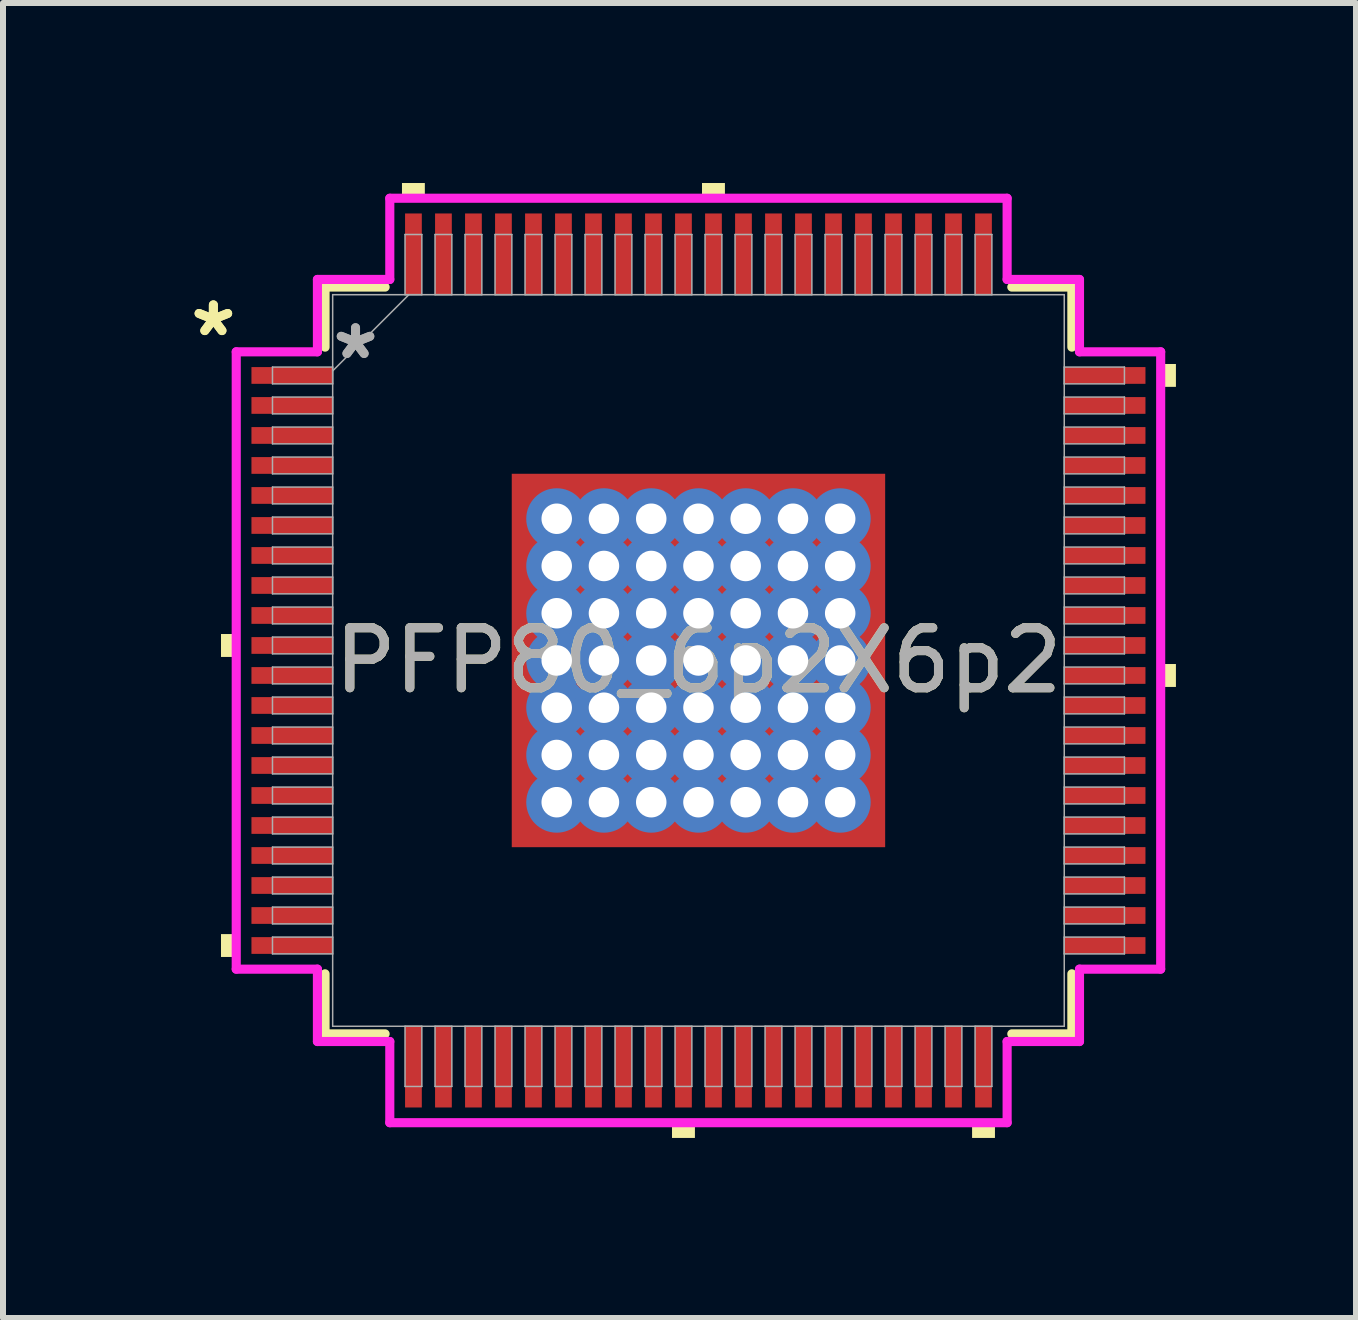
<source format=kicad_pcb>
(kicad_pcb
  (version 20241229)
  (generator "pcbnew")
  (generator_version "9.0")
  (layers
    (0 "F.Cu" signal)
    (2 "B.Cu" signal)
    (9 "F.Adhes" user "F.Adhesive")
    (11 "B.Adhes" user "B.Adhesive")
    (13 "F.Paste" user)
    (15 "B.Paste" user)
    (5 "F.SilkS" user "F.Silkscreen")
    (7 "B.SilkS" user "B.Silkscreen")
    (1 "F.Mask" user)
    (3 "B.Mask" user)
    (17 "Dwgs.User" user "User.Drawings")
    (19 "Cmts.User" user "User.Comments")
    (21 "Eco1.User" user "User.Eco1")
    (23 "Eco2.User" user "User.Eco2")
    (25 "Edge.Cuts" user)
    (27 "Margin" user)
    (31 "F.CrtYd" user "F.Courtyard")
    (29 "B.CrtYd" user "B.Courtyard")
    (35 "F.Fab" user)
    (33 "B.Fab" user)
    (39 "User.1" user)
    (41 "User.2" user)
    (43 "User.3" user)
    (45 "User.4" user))
  (footprint "PFP80_6p2X6p2"
    (layer "F.Cu")
    (at 8.59 7.957)
    (property "Reference" "PFP80_6p2X6p2" (at 0 0 0) (unlocked yes) (layer "F.SilkS") (effects (font (size 1 1) (thickness 0.15))))
    (attr smd)
    (fp_poly (pts (xy -3.175 -3.175) (xy -2.562 -3.175) (xy -2.562 3.175) (xy -3.175 3.175)) (stroke (width 0) (type solid)) (fill yes) (layer "F.Mask"))
    (fp_poly (pts (xy -3.175 -3.175) (xy 3.175 -3.175) (xy 3.175 -2.562) (xy -3.175 -2.562)) (stroke (width 0) (type solid)) (fill yes) (layer "F.Mask"))
    (fp_poly (pts (xy -3.175 -2.162) (xy 3.175 -2.162) (xy 3.175 -1.775) (xy -3.175 -1.775)) (stroke (width 0) (type solid)) (fill yes) (layer "F.Mask"))
    (fp_poly (pts (xy -3.175 -1.375) (xy 3.175 -1.375) (xy 3.175 -0.987) (xy -3.175 -0.987)) (stroke (width 0) (type solid)) (fill yes) (layer "F.Mask"))
    (fp_poly (pts (xy -3.175 -0.587) (xy 3.175 -0.587) (xy 3.175 -0.2) (xy -3.175 -0.2)) (stroke (width 0) (type solid)) (fill yes) (layer "F.Mask"))
    (fp_poly (pts (xy -3.175 0.2) (xy 3.175 0.2) (xy 3.175 0.587) (xy -3.175 0.587)) (stroke (width 0) (type solid)) (fill yes) (layer "F.Mask"))
    (fp_poly (pts (xy -3.175 0.987) (xy 3.175 0.987) (xy 3.175 1.375) (xy -3.175 1.375)) (stroke (width 0) (type solid)) (fill yes) (layer "F.Mask"))
    (fp_poly (pts (xy -3.175 1.775) (xy 3.175 1.775) (xy 3.175 2.162) (xy -3.175 2.162)) (stroke (width 0) (type solid)) (fill yes) (layer "F.Mask"))
    (fp_poly (pts (xy -3.175 2.562) (xy 3.175 2.562) (xy 3.175 3.175) (xy -3.175 3.175)) (stroke (width 0) (type solid)) (fill yes) (layer "F.Mask"))
    (fp_poly (pts (xy -1.775 -3.175) (xy -2.162 -3.175) (xy -2.162 3.175) (xy -1.775 3.175)) (stroke (width 0) (type solid)) (fill yes) (layer "F.Mask"))
    (fp_poly (pts (xy -0.987 -3.175) (xy -1.375 -3.175) (xy -1.375 3.175) (xy -0.987 3.175)) (stroke (width 0) (type solid)) (fill yes) (layer "F.Mask"))
    (fp_poly (pts (xy -0.2 -3.175) (xy -0.587 -3.175) (xy -0.587 3.175) (xy -0.2 3.175)) (stroke (width 0) (type solid)) (fill yes) (layer "F.Mask"))
    (fp_poly (pts (xy 0.587 -3.175) (xy 0.2 -3.175) (xy 0.2 3.175) (xy 0.587 3.175)) (stroke (width 0) (type solid)) (fill yes) (layer "F.Mask"))
    (fp_poly (pts (xy 1.375 -3.175) (xy 0.987 -3.175) (xy 0.987 3.175) (xy 1.375 3.175)) (stroke (width 0) (type solid)) (fill yes) (layer "F.Mask"))
    (fp_poly (pts (xy 2.162 -3.175) (xy 1.775 -3.175) (xy 1.775 3.175) (xy 2.162 3.175)) (stroke (width 0) (type solid)) (fill yes) (layer "F.Mask"))
    (fp_poly (pts (xy 2.562 -3.175) (xy 3.175 -3.175) (xy 3.175 3.175) (xy 2.562 3.175)) (stroke (width 0) (type solid)) (fill yes) (layer "F.Mask"))
    (fp_line (start -6.223 -6.223) (end -6.223 -5.222) (stroke (width 0.152) (type solid)) (layer "F.SilkS"))
    (fp_line (start -6.223 5.222) (end -6.223 6.223) (stroke (width 0.152) (type solid)) (layer "F.SilkS"))
    (fp_line (start -6.223 6.223) (end -5.222 6.223) (stroke (width 0.152) (type solid)) (layer "F.SilkS"))
    (fp_line (start -5.222 -6.223) (end -6.223 -6.223) (stroke (width 0.152) (type solid)) (layer "F.SilkS"))
    (fp_line (start 5.222 6.223) (end 6.223 6.223) (stroke (width 0.152) (type solid)) (layer "F.SilkS"))
    (fp_line (start 6.223 -6.223) (end 5.222 -6.223) (stroke (width 0.152) (type solid)) (layer "F.SilkS"))
    (fp_line (start 6.223 -5.222) (end 6.223 -6.223) (stroke (width 0.152) (type solid)) (layer "F.SilkS"))
    (fp_line (start 6.223 6.223) (end 6.223 5.222) (stroke (width 0.152) (type solid)) (layer "F.SilkS"))
    (fp_poly (pts (xy -7.957 -0.441) (xy -7.957 -0.059) (xy -7.703 -0.059) (xy -7.703 -0.441)) (stroke (width 0) (type solid)) (fill yes) (layer "F.SilkS"))
    (fp_poly (pts (xy -7.957 4.56) (xy -7.957 4.941) (xy -7.703 4.941) (xy -7.703 4.56)) (stroke (width 0) (type solid)) (fill yes) (layer "F.SilkS"))
    (fp_poly (pts (xy -4.941 -7.703) (xy -4.941 -7.957) (xy -4.56 -7.957) (xy -4.56 -7.703)) (stroke (width 0) (type solid)) (fill yes) (layer "F.SilkS"))
    (fp_poly (pts (xy -0.441 7.703) (xy -0.441 7.957) (xy -0.059 7.957) (xy -0.059 7.703)) (stroke (width 0) (type solid)) (fill yes) (layer "F.SilkS"))
    (fp_poly (pts (xy 0.059 -7.703) (xy 0.059 -7.957) (xy 0.441 -7.957) (xy 0.441 -7.703)) (stroke (width 0) (type solid)) (fill yes) (layer "F.SilkS"))
    (fp_poly (pts (xy 4.56 7.703) (xy 4.56 7.957) (xy 4.941 7.957) (xy 4.941 7.703)) (stroke (width 0) (type solid)) (fill yes) (layer "F.SilkS"))
    (fp_poly (pts (xy 7.957 -4.941) (xy 7.957 -4.56) (xy 7.703 -4.56) (xy 7.703 -4.941)) (stroke (width 0) (type solid)) (fill yes) (layer "F.SilkS"))
    (fp_poly (pts (xy 7.957 0.059) (xy 7.957 0.441) (xy 7.703 0.441) (xy 7.703 0.059)) (stroke (width 0) (type solid)) (fill yes) (layer "F.SilkS"))
    (fp_poly (pts (xy -3.037 -3.037) (xy -3.037 -2.462) (xy -2.604 -2.462) (xy -2.462 -2.604) (xy -2.462 -3.037)) (stroke (width 0) (type solid)) (fill yes) (layer "F.Paste"))
    (fp_poly (pts (xy -3.037 2.462) (xy -3.037 3.037) (xy -2.462 3.037) (xy -2.462 2.604) (xy -2.604 2.462)) (stroke (width 0) (type solid)) (fill yes) (layer "F.Paste"))
    (fp_poly (pts (xy 2.462 -3.037) (xy 2.462 -2.604) (xy 2.604 -2.462) (xy 3.037 -2.462) (xy 3.037 -3.037)) (stroke (width 0) (type solid)) (fill yes) (layer "F.Paste"))
    (fp_poly (pts (xy 2.604 2.462) (xy 2.462 2.604) (xy 2.462 3.037) (xy 3.037 3.037) (xy 3.037 2.462)) (stroke (width 0) (type solid)) (fill yes) (layer "F.Paste"))
    (fp_poly (pts (xy -3.037 -2.262) (xy -3.037 -1.675) (xy -2.604 -1.675) (xy -2.462 -1.816) (xy -2.462 -2.121) (xy -2.604 -2.262)) (stroke (width 0) (type solid)) (fill yes) (layer "F.Paste"))
    (fp_poly (pts (xy -3.037 -1.475) (xy -3.037 -0.887) (xy -2.604 -0.887) (xy -2.462 -1.029) (xy -2.462 -1.333) (xy -2.604 -1.475)) (stroke (width 0) (type solid)) (fill yes) (layer "F.Paste"))
    (fp_poly (pts (xy -3.037 -0.687) (xy -3.037 -0.1) (xy -2.604 -0.1) (xy -2.462 -0.241) (xy -2.462 -0.546) (xy -2.604 -0.687)) (stroke (width 0) (type solid)) (fill yes) (layer "F.Paste"))
    (fp_poly (pts (xy -3.037 0.1) (xy -3.037 0.687) (xy -2.604 0.687) (xy -2.462 0.546) (xy -2.462 0.241) (xy -2.604 0.1)) (stroke (width 0) (type solid)) (fill yes) (layer "F.Paste"))
    (fp_poly (pts (xy -3.037 0.887) (xy -3.037 1.475) (xy -2.604 1.475) (xy -2.462 1.333) (xy -2.462 1.029) (xy -2.604 0.887)) (stroke (width 0) (type solid)) (fill yes) (layer "F.Paste"))
    (fp_poly (pts (xy -3.037 1.675) (xy -3.037 2.262) (xy -2.604 2.262) (xy -2.462 2.121) (xy -2.462 1.816) (xy -2.604 1.675)) (stroke (width 0) (type solid)) (fill yes) (layer "F.Paste"))
    (fp_poly (pts (xy -2.262 -3.037) (xy -2.262 -2.604) (xy -2.121 -2.462) (xy -1.816 -2.462) (xy -1.675 -2.604) (xy -1.675 -3.037)) (stroke (width 0) (type solid)) (fill yes) (layer "F.Paste"))
    (fp_poly (pts (xy -2.121 2.462) (xy -2.262 2.604) (xy -2.262 3.037) (xy -1.675 3.037) (xy -1.675 2.604) (xy -1.816 2.462)) (stroke (width 0) (type solid)) (fill yes) (layer "F.Paste"))
    (fp_poly (pts (xy -1.475 -3.037) (xy -1.475 -2.604) (xy -1.333 -2.462) (xy -1.029 -2.462) (xy -0.887 -2.604) (xy -0.887 -3.037)) (stroke (width 0) (type solid)) (fill yes) (layer "F.Paste"))
    (fp_poly (pts (xy -1.333 2.462) (xy -1.475 2.604) (xy -1.475 3.037) (xy -0.887 3.037) (xy -0.887 2.604) (xy -1.029 2.462)) (stroke (width 0) (type solid)) (fill yes) (layer "F.Paste"))
    (fp_poly (pts (xy -0.687 -3.037) (xy -0.687 -2.604) (xy -0.546 -2.462) (xy -0.241 -2.462) (xy -0.1 -2.604) (xy -0.1 -3.037)) (stroke (width 0) (type solid)) (fill yes) (layer "F.Paste"))
    (fp_poly (pts (xy -0.546 2.462) (xy -0.687 2.604) (xy -0.687 3.037) (xy -0.1 3.037) (xy -0.1 2.604) (xy -0.241 2.462)) (stroke (width 0) (type solid)) (fill yes) (layer "F.Paste"))
    (fp_poly (pts (xy 0.1 -3.037) (xy 0.1 -2.604) (xy 0.241 -2.462) (xy 0.546 -2.462) (xy 0.687 -2.604) (xy 0.687 -3.037)) (stroke (width 0) (type solid)) (fill yes) (layer "F.Paste"))
    (fp_poly (pts (xy 0.241 2.462) (xy 0.1 2.604) (xy 0.1 3.037) (xy 0.687 3.037) (xy 0.687 2.604) (xy 0.546 2.462)) (stroke (width 0) (type solid)) (fill yes) (layer "F.Paste"))
    (fp_poly (pts (xy 0.887 -3.037) (xy 0.887 -2.604) (xy 1.029 -2.462) (xy 1.333 -2.462) (xy 1.475 -2.604) (xy 1.475 -3.037)) (stroke (width 0) (type solid)) (fill yes) (layer "F.Paste"))
    (fp_poly (pts (xy 1.029 2.462) (xy 0.887 2.604) (xy 0.887 3.037) (xy 1.475 3.037) (xy 1.475 2.604) (xy 1.333 2.462)) (stroke (width 0) (type solid)) (fill yes) (layer "F.Paste"))
    (fp_poly (pts (xy 1.675 -3.037) (xy 1.675 -2.604) (xy 1.816 -2.462) (xy 2.121 -2.462) (xy 2.262 -2.604) (xy 2.262 -3.037)) (stroke (width 0) (type solid)) (fill yes) (layer "F.Paste"))
    (fp_poly (pts (xy 1.816 2.462) (xy 1.675 2.604) (xy 1.675 3.037) (xy 2.262 3.037) (xy 2.262 2.604) (xy 2.121 2.462)) (stroke (width 0) (type solid)) (fill yes) (layer "F.Paste"))
    (fp_poly (pts (xy 2.604 -2.262) (xy 2.462 -2.121) (xy 2.462 -1.816) (xy 2.604 -1.675) (xy 3.037 -1.675) (xy 3.037 -2.262)) (stroke (width 0) (type solid)) (fill yes) (layer "F.Paste"))
    (fp_poly (pts (xy 2.604 -1.475) (xy 2.462 -1.333) (xy 2.462 -1.029) (xy 2.604 -0.887) (xy 3.037 -0.887) (xy 3.037 -1.475)) (stroke (width 0) (type solid)) (fill yes) (layer "F.Paste"))
    (fp_poly (pts (xy 2.604 -0.687) (xy 2.462 -0.546) (xy 2.462 -0.241) (xy 2.604 -0.1) (xy 3.037 -0.1) (xy 3.037 -0.687)) (stroke (width 0) (type solid)) (fill yes) (layer "F.Paste"))
    (fp_poly (pts (xy 2.604 0.1) (xy 2.462 0.241) (xy 2.462 0.546) (xy 2.604 0.687) (xy 3.037 0.687) (xy 3.037 0.1)) (stroke (width 0) (type solid)) (fill yes) (layer "F.Paste"))
    (fp_poly (pts (xy 2.604 0.887) (xy 2.462 1.029) (xy 2.462 1.333) (xy 2.604 1.475) (xy 3.037 1.475) (xy 3.037 0.887)) (stroke (width 0) (type solid)) (fill yes) (layer "F.Paste"))
    (fp_poly (pts (xy 2.604 1.675) (xy 2.462 1.816) (xy 2.462 2.121) (xy 2.604 2.262) (xy 3.037 2.262) (xy 3.037 1.675)) (stroke (width 0) (type solid)) (fill yes) (layer "F.Paste"))
    (fp_poly (pts (xy -2.121 -2.262) (xy -2.262 -2.121) (xy -2.262 -1.816) (xy -2.121 -1.675) (xy -1.816 -1.675) (xy -1.675 -1.816) (xy -1.675 -2.121) (xy -1.816 -2.262)) (stroke (width 0) (type solid)) (fill yes) (layer "F.Paste"))
    (fp_poly (pts (xy -2.121 -1.475) (xy -2.262 -1.333) (xy -2.262 -1.029) (xy -2.121 -0.887) (xy -1.816 -0.887) (xy -1.675 -1.029) (xy -1.675 -1.333) (xy -1.816 -1.475)) (stroke (width 0) (type solid)) (fill yes) (layer "F.Paste"))
    (fp_poly (pts (xy -2.121 -0.687) (xy -2.262 -0.546) (xy -2.262 -0.241) (xy -2.121 -0.1) (xy -1.816 -0.1) (xy -1.675 -0.241) (xy -1.675 -0.546) (xy -1.816 -0.687)) (stroke (width 0) (type solid)) (fill yes) (layer "F.Paste"))
    (fp_poly (pts (xy -2.121 0.1) (xy -2.262 0.241) (xy -2.262 0.546) (xy -2.121 0.687) (xy -1.816 0.687) (xy -1.675 0.546) (xy -1.675 0.241) (xy -1.816 0.1)) (stroke (width 0) (type solid)) (fill yes) (layer "F.Paste"))
    (fp_poly (pts (xy -2.121 0.887) (xy -2.262 1.029) (xy -2.262 1.333) (xy -2.121 1.475) (xy -1.816 1.475) (xy -1.675 1.333) (xy -1.675 1.029) (xy -1.816 0.887)) (stroke (width 0) (type solid)) (fill yes) (layer "F.Paste"))
    (fp_poly (pts (xy -2.121 1.675) (xy -2.262 1.816) (xy -2.262 2.121) (xy -2.121 2.262) (xy -1.816 2.262) (xy -1.675 2.121) (xy -1.675 1.816) (xy -1.816 1.675)) (stroke (width 0) (type solid)) (fill yes) (layer "F.Paste"))
    (fp_poly (pts (xy -1.333 -2.262) (xy -1.475 -2.121) (xy -1.475 -1.816) (xy -1.333 -1.675) (xy -1.029 -1.675) (xy -0.887 -1.816) (xy -0.887 -2.121) (xy -1.029 -2.262)) (stroke (width 0) (type solid)) (fill yes) (layer "F.Paste"))
    (fp_poly (pts (xy -1.333 -1.475) (xy -1.475 -1.333) (xy -1.475 -1.029) (xy -1.333 -0.887) (xy -1.029 -0.887) (xy -0.887 -1.029) (xy -0.887 -1.333) (xy -1.029 -1.475)) (stroke (width 0) (type solid)) (fill yes) (layer "F.Paste"))
    (fp_poly (pts (xy -1.333 -0.687) (xy -1.475 -0.546) (xy -1.475 -0.241) (xy -1.333 -0.1) (xy -1.029 -0.1) (xy -0.887 -0.241) (xy -0.887 -0.546) (xy -1.029 -0.687)) (stroke (width 0) (type solid)) (fill yes) (layer "F.Paste"))
    (fp_poly (pts (xy -1.333 0.1) (xy -1.475 0.241) (xy -1.475 0.546) (xy -1.333 0.687) (xy -1.029 0.687) (xy -0.887 0.546) (xy -0.887 0.241) (xy -1.029 0.1)) (stroke (width 0) (type solid)) (fill yes) (layer "F.Paste"))
    (fp_poly (pts (xy -1.333 0.887) (xy -1.475 1.029) (xy -1.475 1.333) (xy -1.333 1.475) (xy -1.029 1.475) (xy -0.887 1.333) (xy -0.887 1.029) (xy -1.029 0.887)) (stroke (width 0) (type solid)) (fill yes) (layer "F.Paste"))
    (fp_poly (pts (xy -1.333 1.675) (xy -1.475 1.816) (xy -1.475 2.121) (xy -1.333 2.262) (xy -1.029 2.262) (xy -0.887 2.121) (xy -0.887 1.816) (xy -1.029 1.675)) (stroke (width 0) (type solid)) (fill yes) (layer "F.Paste"))
    (fp_poly (pts (xy -0.546 -2.262) (xy -0.687 -2.121) (xy -0.687 -1.816) (xy -0.546 -1.675) (xy -0.241 -1.675) (xy -0.1 -1.816) (xy -0.1 -2.121) (xy -0.241 -2.262)) (stroke (width 0) (type solid)) (fill yes) (layer "F.Paste"))
    (fp_poly (pts (xy -0.546 -1.475) (xy -0.687 -1.333) (xy -0.687 -1.029) (xy -0.546 -0.887) (xy -0.241 -0.887) (xy -0.1 -1.029) (xy -0.1 -1.333) (xy -0.241 -1.475)) (stroke (width 0) (type solid)) (fill yes) (layer "F.Paste"))
    (fp_poly (pts (xy -0.546 -0.687) (xy -0.687 -0.546) (xy -0.687 -0.241) (xy -0.546 -0.1) (xy -0.241 -0.1) (xy -0.1 -0.241) (xy -0.1 -0.546) (xy -0.241 -0.687)) (stroke (width 0) (type solid)) (fill yes) (layer "F.Paste"))
    (fp_poly (pts (xy -0.546 0.1) (xy -0.687 0.241) (xy -0.687 0.546) (xy -0.546 0.687) (xy -0.241 0.687) (xy -0.1 0.546) (xy -0.1 0.241) (xy -0.241 0.1)) (stroke (width 0) (type solid)) (fill yes) (layer "F.Paste"))
    (fp_poly (pts (xy -0.546 0.887) (xy -0.687 1.029) (xy -0.687 1.333) (xy -0.546 1.475) (xy -0.241 1.475) (xy -0.1 1.333) (xy -0.1 1.029) (xy -0.241 0.887)) (stroke (width 0) (type solid)) (fill yes) (layer "F.Paste"))
    (fp_poly (pts (xy -0.546 1.675) (xy -0.687 1.816) (xy -0.687 2.121) (xy -0.546 2.262) (xy -0.241 2.262) (xy -0.1 2.121) (xy -0.1 1.816) (xy -0.241 1.675)) (stroke (width 0) (type solid)) (fill yes) (layer "F.Paste"))
    (fp_poly (pts (xy 0.241 -2.262) (xy 0.1 -2.121) (xy 0.1 -1.816) (xy 0.241 -1.675) (xy 0.546 -1.675) (xy 0.687 -1.816) (xy 0.687 -2.121) (xy 0.546 -2.262)) (stroke (width 0) (type solid)) (fill yes) (layer "F.Paste"))
    (fp_poly (pts (xy 0.241 -1.475) (xy 0.1 -1.333) (xy 0.1 -1.029) (xy 0.241 -0.887) (xy 0.546 -0.887) (xy 0.687 -1.029) (xy 0.687 -1.333) (xy 0.546 -1.475)) (stroke (width 0) (type solid)) (fill yes) (layer "F.Paste"))
    (fp_poly (pts (xy 0.241 -0.687) (xy 0.1 -0.546) (xy 0.1 -0.241) (xy 0.241 -0.1) (xy 0.546 -0.1) (xy 0.687 -0.241) (xy 0.687 -0.546) (xy 0.546 -0.687)) (stroke (width 0) (type solid)) (fill yes) (layer "F.Paste"))
    (fp_poly (pts (xy 0.241 0.1) (xy 0.1 0.241) (xy 0.1 0.546) (xy 0.241 0.687) (xy 0.546 0.687) (xy 0.687 0.546) (xy 0.687 0.241) (xy 0.546 0.1)) (stroke (width 0) (type solid)) (fill yes) (layer "F.Paste"))
    (fp_poly (pts (xy 0.241 0.887) (xy 0.1 1.029) (xy 0.1 1.333) (xy 0.241 1.475) (xy 0.546 1.475) (xy 0.687 1.333) (xy 0.687 1.029) (xy 0.546 0.887)) (stroke (width 0) (type solid)) (fill yes) (layer "F.Paste"))
    (fp_poly (pts (xy 0.241 1.675) (xy 0.1 1.816) (xy 0.1 2.121) (xy 0.241 2.262) (xy 0.546 2.262) (xy 0.687 2.121) (xy 0.687 1.816) (xy 0.546 1.675)) (stroke (width 0) (type solid)) (fill yes) (layer "F.Paste"))
    (fp_poly (pts (xy 1.029 -2.262) (xy 0.887 -2.121) (xy 0.887 -1.816) (xy 1.029 -1.675) (xy 1.333 -1.675) (xy 1.475 -1.816) (xy 1.475 -2.121) (xy 1.333 -2.262)) (stroke (width 0) (type solid)) (fill yes) (layer "F.Paste"))
    (fp_poly (pts (xy 1.029 -1.475) (xy 0.887 -1.333) (xy 0.887 -1.029) (xy 1.029 -0.887) (xy 1.333 -0.887) (xy 1.475 -1.029) (xy 1.475 -1.333) (xy 1.333 -1.475)) (stroke (width 0) (type solid)) (fill yes) (layer "F.Paste"))
    (fp_poly (pts (xy 1.029 -0.687) (xy 0.887 -0.546) (xy 0.887 -0.241) (xy 1.029 -0.1) (xy 1.333 -0.1) (xy 1.475 -0.241) (xy 1.475 -0.546) (xy 1.333 -0.687)) (stroke (width 0) (type solid)) (fill yes) (layer "F.Paste"))
    (fp_poly (pts (xy 1.029 0.1) (xy 0.887 0.241) (xy 0.887 0.546) (xy 1.029 0.687) (xy 1.333 0.687) (xy 1.475 0.546) (xy 1.475 0.241) (xy 1.333 0.1)) (stroke (width 0) (type solid)) (fill yes) (layer "F.Paste"))
    (fp_poly (pts (xy 1.029 0.887) (xy 0.887 1.029) (xy 0.887 1.333) (xy 1.029 1.475) (xy 1.333 1.475) (xy 1.475 1.333) (xy 1.475 1.029) (xy 1.333 0.887)) (stroke (width 0) (type solid)) (fill yes) (layer "F.Paste"))
    (fp_poly (pts (xy 1.029 1.675) (xy 0.887 1.816) (xy 0.887 2.121) (xy 1.029 2.262) (xy 1.333 2.262) (xy 1.475 2.121) (xy 1.475 1.816) (xy 1.333 1.675)) (stroke (width 0) (type solid)) (fill yes) (layer "F.Paste"))
    (fp_poly (pts (xy 1.816 -2.262) (xy 1.675 -2.121) (xy 1.675 -1.816) (xy 1.816 -1.675) (xy 2.121 -1.675) (xy 2.262 -1.816) (xy 2.262 -2.121) (xy 2.121 -2.262)) (stroke (width 0) (type solid)) (fill yes) (layer "F.Paste"))
    (fp_poly (pts (xy 1.816 -1.475) (xy 1.675 -1.333) (xy 1.675 -1.029) (xy 1.816 -0.887) (xy 2.121 -0.887) (xy 2.262 -1.029) (xy 2.262 -1.333) (xy 2.121 -1.475)) (stroke (width 0) (type solid)) (fill yes) (layer "F.Paste"))
    (fp_poly (pts (xy 1.816 -0.687) (xy 1.675 -0.546) (xy 1.675 -0.241) (xy 1.816 -0.1) (xy 2.121 -0.1) (xy 2.262 -0.241) (xy 2.262 -0.546) (xy 2.121 -0.687)) (stroke (width 0) (type solid)) (fill yes) (layer "F.Paste"))
    (fp_poly (pts (xy 1.816 0.1) (xy 1.675 0.241) (xy 1.675 0.546) (xy 1.816 0.687) (xy 2.121 0.687) (xy 2.262 0.546) (xy 2.262 0.241) (xy 2.121 0.1)) (stroke (width 0) (type solid)) (fill yes) (layer "F.Paste"))
    (fp_poly (pts (xy 1.816 0.887) (xy 1.675 1.029) (xy 1.675 1.333) (xy 1.816 1.475) (xy 2.121 1.475) (xy 2.262 1.333) (xy 2.262 1.029) (xy 2.121 0.887)) (stroke (width 0) (type solid)) (fill yes) (layer "F.Paste"))
    (fp_poly (pts (xy 1.816 1.675) (xy 1.675 1.816) (xy 1.675 2.121) (xy 1.816 2.262) (xy 2.121 2.262) (xy 2.262 2.121) (xy 2.262 1.816) (xy 2.121 1.675)) (stroke (width 0) (type solid)) (fill yes) (layer "F.Paste"))
    (fp_line (start -7.703 -5.144) (end -6.35 -5.144) (stroke (width 0.152) (type solid)) (layer "F.CrtYd"))
    (fp_line (start -7.703 5.144) (end -7.703 -5.144) (stroke (width 0.152) (type solid)) (layer "F.CrtYd"))
    (fp_line (start -6.35 -6.35) (end -5.144 -6.35) (stroke (width 0.152) (type solid)) (layer "F.CrtYd"))
    (fp_line (start -6.35 -5.144) (end -6.35 -6.35) (stroke (width 0.152) (type solid)) (layer "F.CrtYd"))
    (fp_line (start -6.35 5.144) (end -7.703 5.144) (stroke (width 0.152) (type solid)) (layer "F.CrtYd"))
    (fp_line (start -6.35 6.35) (end -6.35 5.144) (stroke (width 0.152) (type solid)) (layer "F.CrtYd"))
    (fp_line (start -6.35 6.35) (end -5.144 6.35) (stroke (width 0.152) (type solid)) (layer "F.CrtYd"))
    (fp_line (start -5.144 -7.703) (end 5.144 -7.703) (stroke (width 0.152) (type solid)) (layer "F.CrtYd"))
    (fp_line (start -5.144 -6.35) (end -5.144 -7.703) (stroke (width 0.152) (type solid)) (layer "F.CrtYd"))
    (fp_line (start -5.144 6.35) (end -5.144 7.703) (stroke (width 0.152) (type solid)) (layer "F.CrtYd"))
    (fp_line (start -5.144 7.703) (end 5.144 7.703) (stroke (width 0.152) (type solid)) (layer "F.CrtYd"))
    (fp_line (start 5.144 -7.703) (end 5.144 -6.35) (stroke (width 0.152) (type solid)) (layer "F.CrtYd"))
    (fp_line (start 5.144 -6.35) (end 6.35 -6.35) (stroke (width 0.152) (type solid)) (layer "F.CrtYd"))
    (fp_line (start 5.144 6.35) (end 6.35 6.35) (stroke (width 0.152) (type solid)) (layer "F.CrtYd"))
    (fp_line (start 5.144 7.703) (end 5.144 6.35) (stroke (width 0.152) (type solid)) (layer "F.CrtYd"))
    (fp_line (start 6.35 -5.144) (end 6.35 -6.35) (stroke (width 0.152) (type solid)) (layer "F.CrtYd"))
    (fp_line (start 6.35 5.144) (end 7.703 5.144) (stroke (width 0.152) (type solid)) (layer "F.CrtYd"))
    (fp_line (start 6.35 6.35) (end 6.35 5.144) (stroke (width 0.152) (type solid)) (layer "F.CrtYd"))
    (fp_line (start 7.703 -5.144) (end 6.35 -5.144) (stroke (width 0.152) (type solid)) (layer "F.CrtYd"))
    (fp_line (start 7.703 5.144) (end 7.703 -5.144) (stroke (width 0.152) (type solid)) (layer "F.CrtYd"))
    (fp_line (start -7.099 -4.89) (end -7.099 -4.61) (stroke (width 0.025) (type solid)) (layer "F.Fab"))
    (fp_line (start -7.099 -4.61) (end -6.096 -4.61) (stroke (width 0.025) (type solid)) (layer "F.Fab"))
    (fp_line (start -7.099 -4.39) (end -7.099 -4.11) (stroke (width 0.025) (type solid)) (layer "F.Fab"))
    (fp_line (start -7.099 -4.11) (end -6.096 -4.11) (stroke (width 0.025) (type solid)) (layer "F.Fab"))
    (fp_line (start -7.099 -3.89) (end -7.099 -3.61) (stroke (width 0.025) (type solid)) (layer "F.Fab"))
    (fp_line (start -7.099 -3.61) (end -6.096 -3.61) (stroke (width 0.025) (type solid)) (layer "F.Fab"))
    (fp_line (start -7.099 -3.39) (end -7.099 -3.11) (stroke (width 0.025) (type solid)) (layer "F.Fab"))
    (fp_line (start -7.099 -3.11) (end -6.096 -3.11) (stroke (width 0.025) (type solid)) (layer "F.Fab"))
    (fp_line (start -7.099 -2.89) (end -7.099 -2.61) (stroke (width 0.025) (type solid)) (layer "F.Fab"))
    (fp_line (start -7.099 -2.61) (end -6.096 -2.61) (stroke (width 0.025) (type solid)) (layer "F.Fab"))
    (fp_line (start -7.099 -2.39) (end -7.099 -2.11) (stroke (width 0.025) (type solid)) (layer "F.Fab"))
    (fp_line (start -7.099 -2.11) (end -6.096 -2.11) (stroke (width 0.025) (type solid)) (layer "F.Fab"))
    (fp_line (start -7.099 -1.89) (end -7.099 -1.61) (stroke (width 0.025) (type solid)) (layer "F.Fab"))
    (fp_line (start -7.099 -1.61) (end -6.096 -1.61) (stroke (width 0.025) (type solid)) (layer "F.Fab"))
    (fp_line (start -7.099 -1.39) (end -7.099 -1.11) (stroke (width 0.025) (type solid)) (layer "F.Fab"))
    (fp_line (start -7.099 -1.11) (end -6.096 -1.11) (stroke (width 0.025) (type solid)) (layer "F.Fab"))
    (fp_line (start -7.099 -0.89) (end -7.099 -0.61) (stroke (width 0.025) (type solid)) (layer "F.Fab"))
    (fp_line (start -7.099 -0.61) (end -6.096 -0.61) (stroke (width 0.025) (type solid)) (layer "F.Fab"))
    (fp_line (start -7.099 -0.39) (end -7.099 -0.11) (stroke (width 0.025) (type solid)) (layer "F.Fab"))
    (fp_line (start -7.099 -0.11) (end -6.096 -0.11) (stroke (width 0.025) (type solid)) (layer "F.Fab"))
    (fp_line (start -7.099 0.11) (end -7.099 0.39) (stroke (width 0.025) (type solid)) (layer "F.Fab"))
    (fp_line (start -7.099 0.39) (end -6.096 0.39) (stroke (width 0.025) (type solid)) (layer "F.Fab"))
    (fp_line (start -7.099 0.61) (end -7.099 0.89) (stroke (width 0.025) (type solid)) (layer "F.Fab"))
    (fp_line (start -7.099 0.89) (end -6.096 0.89) (stroke (width 0.025) (type solid)) (layer "F.Fab"))
    (fp_line (start -7.099 1.11) (end -7.099 1.39) (stroke (width 0.025) (type solid)) (layer "F.Fab"))
    (fp_line (start -7.099 1.39) (end -6.096 1.39) (stroke (width 0.025) (type solid)) (layer "F.Fab"))
    (fp_line (start -7.099 1.61) (end -7.099 1.89) (stroke (width 0.025) (type solid)) (layer "F.Fab"))
    (fp_line (start -7.099 1.89) (end -6.096 1.89) (stroke (width 0.025) (type solid)) (layer "F.Fab"))
    (fp_line (start -7.099 2.11) (end -7.099 2.39) (stroke (width 0.025) (type solid)) (layer "F.Fab"))
    (fp_line (start -7.099 2.39) (end -6.096 2.39) (stroke (width 0.025) (type solid)) (layer "F.Fab"))
    (fp_line (start -7.099 2.61) (end -7.099 2.89) (stroke (width 0.025) (type solid)) (layer "F.Fab"))
    (fp_line (start -7.099 2.89) (end -6.096 2.89) (stroke (width 0.025) (type solid)) (layer "F.Fab"))
    (fp_line (start -7.099 3.11) (end -7.099 3.39) (stroke (width 0.025) (type solid)) (layer "F.Fab"))
    (fp_line (start -7.099 3.39) (end -6.096 3.39) (stroke (width 0.025) (type solid)) (layer "F.Fab"))
    (fp_line (start -7.099 3.61) (end -7.099 3.89) (stroke (width 0.025) (type solid)) (layer "F.Fab"))
    (fp_line (start -7.099 3.89) (end -6.096 3.89) (stroke (width 0.025) (type solid)) (layer "F.Fab"))
    (fp_line (start -7.099 4.11) (end -7.099 4.39) (stroke (width 0.025) (type solid)) (layer "F.Fab"))
    (fp_line (start -7.099 4.39) (end -6.096 4.39) (stroke (width 0.025) (type solid)) (layer "F.Fab"))
    (fp_line (start -7.099 4.61) (end -7.099 4.89) (stroke (width 0.025) (type solid)) (layer "F.Fab"))
    (fp_line (start -7.099 4.89) (end -6.096 4.89) (stroke (width 0.025) (type solid)) (layer "F.Fab"))
    (fp_line (start -6.096 -6.096) (end -6.096 6.096) (stroke (width 0.025) (type solid)) (layer "F.Fab"))
    (fp_line (start -6.096 -4.89) (end -7.099 -4.89) (stroke (width 0.025) (type solid)) (layer "F.Fab"))
    (fp_line (start -6.096 -4.826) (end -4.826 -6.096) (stroke (width 0.025) (type solid)) (layer "F.Fab"))
    (fp_line (start -6.096 -4.61) (end -6.096 -4.89) (stroke (width 0.025) (type solid)) (layer "F.Fab"))
    (fp_line (start -6.096 -4.39) (end -7.099 -4.39) (stroke (width 0.025) (type solid)) (layer "F.Fab"))
    (fp_line (start -6.096 -4.11) (end -6.096 -4.39) (stroke (width 0.025) (type solid)) (layer "F.Fab"))
    (fp_line (start -6.096 -3.89) (end -7.099 -3.89) (stroke (width 0.025) (type solid)) (layer "F.Fab"))
    (fp_line (start -6.096 -3.61) (end -6.096 -3.89) (stroke (width 0.025) (type solid)) (layer "F.Fab"))
    (fp_line (start -6.096 -3.39) (end -7.099 -3.39) (stroke (width 0.025) (type solid)) (layer "F.Fab"))
    (fp_line (start -6.096 -3.11) (end -6.096 -3.39) (stroke (width 0.025) (type solid)) (layer "F.Fab"))
    (fp_line (start -6.096 -2.89) (end -7.099 -2.89) (stroke (width 0.025) (type solid)) (layer "F.Fab"))
    (fp_line (start -6.096 -2.61) (end -6.096 -2.89) (stroke (width 0.025) (type solid)) (layer "F.Fab"))
    (fp_line (start -6.096 -2.39) (end -7.099 -2.39) (stroke (width 0.025) (type solid)) (layer "F.Fab"))
    (fp_line (start -6.096 -2.11) (end -6.096 -2.39) (stroke (width 0.025) (type solid)) (layer "F.Fab"))
    (fp_line (start -6.096 -1.89) (end -7.099 -1.89) (stroke (width 0.025) (type solid)) (layer "F.Fab"))
    (fp_line (start -6.096 -1.61) (end -6.096 -1.89) (stroke (width 0.025) (type solid)) (layer "F.Fab"))
    (fp_line (start -6.096 -1.39) (end -7.099 -1.39) (stroke (width 0.025) (type solid)) (layer "F.Fab"))
    (fp_line (start -6.096 -1.11) (end -6.096 -1.39) (stroke (width 0.025) (type solid)) (layer "F.Fab"))
    (fp_line (start -6.096 -0.89) (end -7.099 -0.89) (stroke (width 0.025) (type solid)) (layer "F.Fab"))
    (fp_line (start -6.096 -0.61) (end -6.096 -0.89) (stroke (width 0.025) (type solid)) (layer "F.Fab"))
    (fp_line (start -6.096 -0.39) (end -7.099 -0.39) (stroke (width 0.025) (type solid)) (layer "F.Fab"))
    (fp_line (start -6.096 -0.11) (end -6.096 -0.39) (stroke (width 0.025) (type solid)) (layer "F.Fab"))
    (fp_line (start -6.096 0.11) (end -7.099 0.11) (stroke (width 0.025) (type solid)) (layer "F.Fab"))
    (fp_line (start -6.096 0.39) (end -6.096 0.11) (stroke (width 0.025) (type solid)) (layer "F.Fab"))
    (fp_line (start -6.096 0.61) (end -7.099 0.61) (stroke (width 0.025) (type solid)) (layer "F.Fab"))
    (fp_line (start -6.096 0.89) (end -6.096 0.61) (stroke (width 0.025) (type solid)) (layer "F.Fab"))
    (fp_line (start -6.096 1.11) (end -7.099 1.11) (stroke (width 0.025) (type solid)) (layer "F.Fab"))
    (fp_line (start -6.096 1.39) (end -6.096 1.11) (stroke (width 0.025) (type solid)) (layer "F.Fab"))
    (fp_line (start -6.096 1.61) (end -7.099 1.61) (stroke (width 0.025) (type solid)) (layer "F.Fab"))
    (fp_line (start -6.096 1.89) (end -6.096 1.61) (stroke (width 0.025) (type solid)) (layer "F.Fab"))
    (fp_line (start -6.096 2.11) (end -7.099 2.11) (stroke (width 0.025) (type solid)) (layer "F.Fab"))
    (fp_line (start -6.096 2.39) (end -6.096 2.11) (stroke (width 0.025) (type solid)) (layer "F.Fab"))
    (fp_line (start -6.096 2.61) (end -7.099 2.61) (stroke (width 0.025) (type solid)) (layer "F.Fab"))
    (fp_line (start -6.096 2.89) (end -6.096 2.61) (stroke (width 0.025) (type solid)) (layer "F.Fab"))
    (fp_line (start -6.096 3.11) (end -7.099 3.11) (stroke (width 0.025) (type solid)) (layer "F.Fab"))
    (fp_line (start -6.096 3.39) (end -6.096 3.11) (stroke (width 0.025) (type solid)) (layer "F.Fab"))
    (fp_line (start -6.096 3.61) (end -7.099 3.61) (stroke (width 0.025) (type solid)) (layer "F.Fab"))
    (fp_line (start -6.096 3.89) (end -6.096 3.61) (stroke (width 0.025) (type solid)) (layer "F.Fab"))
    (fp_line (start -6.096 4.11) (end -7.099 4.11) (stroke (width 0.025) (type solid)) (layer "F.Fab"))
    (fp_line (start -6.096 4.39) (end -6.096 4.11) (stroke (width 0.025) (type solid)) (layer "F.Fab"))
    (fp_line (start -6.096 4.61) (end -7.099 4.61) (stroke (width 0.025) (type solid)) (layer "F.Fab"))
    (fp_line (start -6.096 4.89) (end -6.096 4.61) (stroke (width 0.025) (type solid)) (layer "F.Fab"))
    (fp_line (start -6.096 6.096) (end 6.096 6.096) (stroke (width 0.025) (type solid)) (layer "F.Fab"))
    (fp_line (start -4.89 -7.099) (end -4.89 -6.096) (stroke (width 0.025) (type solid)) (layer "F.Fab"))
    (fp_line (start -4.89 -6.096) (end -4.61 -6.096) (stroke (width 0.025) (type solid)) (layer "F.Fab"))
    (fp_line (start -4.89 6.096) (end -4.89 7.099) (stroke (width 0.025) (type solid)) (layer "F.Fab"))
    (fp_line (start -4.89 7.099) (end -4.61 7.099) (stroke (width 0.025) (type solid)) (layer "F.Fab"))
    (fp_line (start -4.61 -7.099) (end -4.89 -7.099) (stroke (width 0.025) (type solid)) (layer "F.Fab"))
    (fp_line (start -4.61 -6.096) (end -4.61 -7.099) (stroke (width 0.025) (type solid)) (layer "F.Fab"))
    (fp_line (start -4.61 6.096) (end -4.89 6.096) (stroke (width 0.025) (type solid)) (layer "F.Fab"))
    (fp_line (start -4.61 7.099) (end -4.61 6.096) (stroke (width 0.025) (type solid)) (layer "F.Fab"))
    (fp_line (start -4.39 -7.099) (end -4.39 -6.096) (stroke (width 0.025) (type solid)) (layer "F.Fab"))
    (fp_line (start -4.39 -6.096) (end -4.11 -6.096) (stroke (width 0.025) (type solid)) (layer "F.Fab"))
    (fp_line (start -4.39 6.096) (end -4.39 7.099) (stroke (width 0.025) (type solid)) (layer "F.Fab"))
    (fp_line (start -4.39 7.099) (end -4.11 7.099) (stroke (width 0.025) (type solid)) (layer "F.Fab"))
    (fp_line (start -4.11 -7.099) (end -4.39 -7.099) (stroke (width 0.025) (type solid)) (layer "F.Fab"))
    (fp_line (start -4.11 -6.096) (end -4.11 -7.099) (stroke (width 0.025) (type solid)) (layer "F.Fab"))
    (fp_line (start -4.11 6.096) (end -4.39 6.096) (stroke (width 0.025) (type solid)) (layer "F.Fab"))
    (fp_line (start -4.11 7.099) (end -4.11 6.096) (stroke (width 0.025) (type solid)) (layer "F.Fab"))
    (fp_line (start -3.89 -7.099) (end -3.89 -6.096) (stroke (width 0.025) (type solid)) (layer "F.Fab"))
    (fp_line (start -3.89 -6.096) (end -3.61 -6.096) (stroke (width 0.025) (type solid)) (layer "F.Fab"))
    (fp_line (start -3.89 6.096) (end -3.89 7.099) (stroke (width 0.025) (type solid)) (layer "F.Fab"))
    (fp_line (start -3.89 7.099) (end -3.61 7.099) (stroke (width 0.025) (type solid)) (layer "F.Fab"))
    (fp_line (start -3.61 -7.099) (end -3.89 -7.099) (stroke (width 0.025) (type solid)) (layer "F.Fab"))
    (fp_line (start -3.61 -6.096) (end -3.61 -7.099) (stroke (width 0.025) (type solid)) (layer "F.Fab"))
    (fp_line (start -3.61 6.096) (end -3.89 6.096) (stroke (width 0.025) (type solid)) (layer "F.Fab"))
    (fp_line (start -3.61 7.099) (end -3.61 6.096) (stroke (width 0.025) (type solid)) (layer "F.Fab"))
    (fp_line (start -3.39 -7.099) (end -3.39 -6.096) (stroke (width 0.025) (type solid)) (layer "F.Fab"))
    (fp_line (start -3.39 -6.096) (end -3.11 -6.096) (stroke (width 0.025) (type solid)) (layer "F.Fab"))
    (fp_line (start -3.39 6.096) (end -3.39 7.099) (stroke (width 0.025) (type solid)) (layer "F.Fab"))
    (fp_line (start -3.39 7.099) (end -3.11 7.099) (stroke (width 0.025) (type solid)) (layer "F.Fab"))
    (fp_line (start -3.11 -7.099) (end -3.39 -7.099) (stroke (width 0.025) (type solid)) (layer "F.Fab"))
    (fp_line (start -3.11 -6.096) (end -3.11 -7.099) (stroke (width 0.025) (type solid)) (layer "F.Fab"))
    (fp_line (start -3.11 6.096) (end -3.39 6.096) (stroke (width 0.025) (type solid)) (layer "F.Fab"))
    (fp_line (start -3.11 7.099) (end -3.11 6.096) (stroke (width 0.025) (type solid)) (layer "F.Fab"))
    (fp_line (start -2.89 -7.099) (end -2.89 -6.096) (stroke (width 0.025) (type solid)) (layer "F.Fab"))
    (fp_line (start -2.89 -6.096) (end -2.61 -6.096) (stroke (width 0.025) (type solid)) (layer "F.Fab"))
    (fp_line (start -2.89 6.096) (end -2.89 7.099) (stroke (width 0.025) (type solid)) (layer "F.Fab"))
    (fp_line (start -2.89 7.099) (end -2.61 7.099) (stroke (width 0.025) (type solid)) (layer "F.Fab"))
    (fp_line (start -2.61 -7.099) (end -2.89 -7.099) (stroke (width 0.025) (type solid)) (layer "F.Fab"))
    (fp_line (start -2.61 -6.096) (end -2.61 -7.099) (stroke (width 0.025) (type solid)) (layer "F.Fab"))
    (fp_line (start -2.61 6.096) (end -2.89 6.096) (stroke (width 0.025) (type solid)) (layer "F.Fab"))
    (fp_line (start -2.61 7.099) (end -2.61 6.096) (stroke (width 0.025) (type solid)) (layer "F.Fab"))
    (fp_line (start -2.39 -7.099) (end -2.39 -6.096) (stroke (width 0.025) (type solid)) (layer "F.Fab"))
    (fp_line (start -2.39 -6.096) (end -2.11 -6.096) (stroke (width 0.025) (type solid)) (layer "F.Fab"))
    (fp_line (start -2.39 6.096) (end -2.39 7.099) (stroke (width 0.025) (type solid)) (layer "F.Fab"))
    (fp_line (start -2.39 7.099) (end -2.11 7.099) (stroke (width 0.025) (type solid)) (layer "F.Fab"))
    (fp_line (start -2.11 -7.099) (end -2.39 -7.099) (stroke (width 0.025) (type solid)) (layer "F.Fab"))
    (fp_line (start -2.11 -6.096) (end -2.11 -7.099) (stroke (width 0.025) (type solid)) (layer "F.Fab"))
    (fp_line (start -2.11 6.096) (end -2.39 6.096) (stroke (width 0.025) (type solid)) (layer "F.Fab"))
    (fp_line (start -2.11 7.099) (end -2.11 6.096) (stroke (width 0.025) (type solid)) (layer "F.Fab"))
    (fp_line (start -1.89 -7.099) (end -1.89 -6.096) (stroke (width 0.025) (type solid)) (layer "F.Fab"))
    (fp_line (start -1.89 -6.096) (end -1.61 -6.096) (stroke (width 0.025) (type solid)) (layer "F.Fab"))
    (fp_line (start -1.89 6.096) (end -1.89 7.099) (stroke (width 0.025) (type solid)) (layer "F.Fab"))
    (fp_line (start -1.89 7.099) (end -1.61 7.099) (stroke (width 0.025) (type solid)) (layer "F.Fab"))
    (fp_line (start -1.61 -7.099) (end -1.89 -7.099) (stroke (width 0.025) (type solid)) (layer "F.Fab"))
    (fp_line (start -1.61 -6.096) (end -1.61 -7.099) (stroke (width 0.025) (type solid)) (layer "F.Fab"))
    (fp_line (start -1.61 6.096) (end -1.89 6.096) (stroke (width 0.025) (type solid)) (layer "F.Fab"))
    (fp_line (start -1.61 7.099) (end -1.61 6.096) (stroke (width 0.025) (type solid)) (layer "F.Fab"))
    (fp_line (start -1.39 -7.099) (end -1.39 -6.096) (stroke (width 0.025) (type solid)) (layer "F.Fab"))
    (fp_line (start -1.39 -6.096) (end -1.11 -6.096) (stroke (width 0.025) (type solid)) (layer "F.Fab"))
    (fp_line (start -1.39 6.096) (end -1.39 7.099) (stroke (width 0.025) (type solid)) (layer "F.Fab"))
    (fp_line (start -1.39 7.099) (end -1.11 7.099) (stroke (width 0.025) (type solid)) (layer "F.Fab"))
    (fp_line (start -1.11 -7.099) (end -1.39 -7.099) (stroke (width 0.025) (type solid)) (layer "F.Fab"))
    (fp_line (start -1.11 -6.096) (end -1.11 -7.099) (stroke (width 0.025) (type solid)) (layer "F.Fab"))
    (fp_line (start -1.11 6.096) (end -1.39 6.096) (stroke (width 0.025) (type solid)) (layer "F.Fab"))
    (fp_line (start -1.11 7.099) (end -1.11 6.096) (stroke (width 0.025) (type solid)) (layer "F.Fab"))
    (fp_line (start -0.89 -7.099) (end -0.89 -6.096) (stroke (width 0.025) (type solid)) (layer "F.Fab"))
    (fp_line (start -0.89 -6.096) (end -0.61 -6.096) (stroke (width 0.025) (type solid)) (layer "F.Fab"))
    (fp_line (start -0.89 6.096) (end -0.89 7.099) (stroke (width 0.025) (type solid)) (layer "F.Fab"))
    (fp_line (start -0.89 7.099) (end -0.61 7.099) (stroke (width 0.025) (type solid)) (layer "F.Fab"))
    (fp_line (start -0.61 -7.099) (end -0.89 -7.099) (stroke (width 0.025) (type solid)) (layer "F.Fab"))
    (fp_line (start -0.61 -6.096) (end -0.61 -7.099) (stroke (width 0.025) (type solid)) (layer "F.Fab"))
    (fp_line (start -0.61 6.096) (end -0.89 6.096) (stroke (width 0.025) (type solid)) (layer "F.Fab"))
    (fp_line (start -0.61 7.099) (end -0.61 6.096) (stroke (width 0.025) (type solid)) (layer "F.Fab"))
    (fp_line (start -0.39 -7.099) (end -0.39 -6.096) (stroke (width 0.025) (type solid)) (layer "F.Fab"))
    (fp_line (start -0.39 -6.096) (end -0.11 -6.096) (stroke (width 0.025) (type solid)) (layer "F.Fab"))
    (fp_line (start -0.39 6.096) (end -0.39 7.099) (stroke (width 0.025) (type solid)) (layer "F.Fab"))
    (fp_line (start -0.39 7.099) (end -0.11 7.099) (stroke (width 0.025) (type solid)) (layer "F.Fab"))
    (fp_line (start -0.11 -7.099) (end -0.39 -7.099) (stroke (width 0.025) (type solid)) (layer "F.Fab"))
    (fp_line (start -0.11 -6.096) (end -0.11 -7.099) (stroke (width 0.025) (type solid)) (layer "F.Fab"))
    (fp_line (start -0.11 6.096) (end -0.39 6.096) (stroke (width 0.025) (type solid)) (layer "F.Fab"))
    (fp_line (start -0.11 7.099) (end -0.11 6.096) (stroke (width 0.025) (type solid)) (layer "F.Fab"))
    (fp_line (start 0.11 -7.099) (end 0.11 -6.096) (stroke (width 0.025) (type solid)) (layer "F.Fab"))
    (fp_line (start 0.11 -6.096) (end 0.39 -6.096) (stroke (width 0.025) (type solid)) (layer "F.Fab"))
    (fp_line (start 0.11 6.096) (end 0.11 7.099) (stroke (width 0.025) (type solid)) (layer "F.Fab"))
    (fp_line (start 0.11 7.099) (end 0.39 7.099) (stroke (width 0.025) (type solid)) (layer "F.Fab"))
    (fp_line (start 0.39 -7.099) (end 0.11 -7.099) (stroke (width 0.025) (type solid)) (layer "F.Fab"))
    (fp_line (start 0.39 -6.096) (end 0.39 -7.099) (stroke (width 0.025) (type solid)) (layer "F.Fab"))
    (fp_line (start 0.39 6.096) (end 0.11 6.096) (stroke (width 0.025) (type solid)) (layer "F.Fab"))
    (fp_line (start 0.39 7.099) (end 0.39 6.096) (stroke (width 0.025) (type solid)) (layer "F.Fab"))
    (fp_line (start 0.61 -7.099) (end 0.61 -6.096) (stroke (width 0.025) (type solid)) (layer "F.Fab"))
    (fp_line (start 0.61 -6.096) (end 0.89 -6.096) (stroke (width 0.025) (type solid)) (layer "F.Fab"))
    (fp_line (start 0.61 6.096) (end 0.61 7.099) (stroke (width 0.025) (type solid)) (layer "F.Fab"))
    (fp_line (start 0.61 7.099) (end 0.89 7.099) (stroke (width 0.025) (type solid)) (layer "F.Fab"))
    (fp_line (start 0.89 -7.099) (end 0.61 -7.099) (stroke (width 0.025) (type solid)) (layer "F.Fab"))
    (fp_line (start 0.89 -6.096) (end 0.89 -7.099) (stroke (width 0.025) (type solid)) (layer "F.Fab"))
    (fp_line (start 0.89 6.096) (end 0.61 6.096) (stroke (width 0.025) (type solid)) (layer "F.Fab"))
    (fp_line (start 0.89 7.099) (end 0.89 6.096) (stroke (width 0.025) (type solid)) (layer "F.Fab"))
    (fp_line (start 1.11 -7.099) (end 1.11 -6.096) (stroke (width 0.025) (type solid)) (layer "F.Fab"))
    (fp_line (start 1.11 -6.096) (end 1.39 -6.096) (stroke (width 0.025) (type solid)) (layer "F.Fab"))
    (fp_line (start 1.11 6.096) (end 1.11 7.099) (stroke (width 0.025) (type solid)) (layer "F.Fab"))
    (fp_line (start 1.11 7.099) (end 1.39 7.099) (stroke (width 0.025) (type solid)) (layer "F.Fab"))
    (fp_line (start 1.39 -7.099) (end 1.11 -7.099) (stroke (width 0.025) (type solid)) (layer "F.Fab"))
    (fp_line (start 1.39 -6.096) (end 1.39 -7.099) (stroke (width 0.025) (type solid)) (layer "F.Fab"))
    (fp_line (start 1.39 6.096) (end 1.11 6.096) (stroke (width 0.025) (type solid)) (layer "F.Fab"))
    (fp_line (start 1.39 7.099) (end 1.39 6.096) (stroke (width 0.025) (type solid)) (layer "F.Fab"))
    (fp_line (start 1.61 -7.099) (end 1.61 -6.096) (stroke (width 0.025) (type solid)) (layer "F.Fab"))
    (fp_line (start 1.61 -6.096) (end 1.89 -6.096) (stroke (width 0.025) (type solid)) (layer "F.Fab"))
    (fp_line (start 1.61 6.096) (end 1.61 7.099) (stroke (width 0.025) (type solid)) (layer "F.Fab"))
    (fp_line (start 1.61 7.099) (end 1.89 7.099) (stroke (width 0.025) (type solid)) (layer "F.Fab"))
    (fp_line (start 1.89 -7.099) (end 1.61 -7.099) (stroke (width 0.025) (type solid)) (layer "F.Fab"))
    (fp_line (start 1.89 -6.096) (end 1.89 -7.099) (stroke (width 0.025) (type solid)) (layer "F.Fab"))
    (fp_line (start 1.89 6.096) (end 1.61 6.096) (stroke (width 0.025) (type solid)) (layer "F.Fab"))
    (fp_line (start 1.89 7.099) (end 1.89 6.096) (stroke (width 0.025) (type solid)) (layer "F.Fab"))
    (fp_line (start 2.11 -7.099) (end 2.11 -6.096) (stroke (width 0.025) (type solid)) (layer "F.Fab"))
    (fp_line (start 2.11 -6.096) (end 2.39 -6.096) (stroke (width 0.025) (type solid)) (layer "F.Fab"))
    (fp_line (start 2.11 6.096) (end 2.11 7.099) (stroke (width 0.025) (type solid)) (layer "F.Fab"))
    (fp_line (start 2.11 7.099) (end 2.39 7.099) (stroke (width 0.025) (type solid)) (layer "F.Fab"))
    (fp_line (start 2.39 -7.099) (end 2.11 -7.099) (stroke (width 0.025) (type solid)) (layer "F.Fab"))
    (fp_line (start 2.39 -6.096) (end 2.39 -7.099) (stroke (width 0.025) (type solid)) (layer "F.Fab"))
    (fp_line (start 2.39 6.096) (end 2.11 6.096) (stroke (width 0.025) (type solid)) (layer "F.Fab"))
    (fp_line (start 2.39 7.099) (end 2.39 6.096) (stroke (width 0.025) (type solid)) (layer "F.Fab"))
    (fp_line (start 2.61 -7.099) (end 2.61 -6.096) (stroke (width 0.025) (type solid)) (layer "F.Fab"))
    (fp_line (start 2.61 -6.096) (end 2.89 -6.096) (stroke (width 0.025) (type solid)) (layer "F.Fab"))
    (fp_line (start 2.61 6.096) (end 2.61 7.099) (stroke (width 0.025) (type solid)) (layer "F.Fab"))
    (fp_line (start 2.61 7.099) (end 2.89 7.099) (stroke (width 0.025) (type solid)) (layer "F.Fab"))
    (fp_line (start 2.89 -7.099) (end 2.61 -7.099) (stroke (width 0.025) (type solid)) (layer "F.Fab"))
    (fp_line (start 2.89 -6.096) (end 2.89 -7.099) (stroke (width 0.025) (type solid)) (layer "F.Fab"))
    (fp_line (start 2.89 6.096) (end 2.61 6.096) (stroke (width 0.025) (type solid)) (layer "F.Fab"))
    (fp_line (start 2.89 7.099) (end 2.89 6.096) (stroke (width 0.025) (type solid)) (layer "F.Fab"))
    (fp_line (start 3.11 -7.099) (end 3.11 -6.096) (stroke (width 0.025) (type solid)) (layer "F.Fab"))
    (fp_line (start 3.11 -6.096) (end 3.39 -6.096) (stroke (width 0.025) (type solid)) (layer "F.Fab"))
    (fp_line (start 3.11 6.096) (end 3.11 7.099) (stroke (width 0.025) (type solid)) (layer "F.Fab"))
    (fp_line (start 3.11 7.099) (end 3.39 7.099) (stroke (width 0.025) (type solid)) (layer "F.Fab"))
    (fp_line (start 3.39 -7.099) (end 3.11 -7.099) (stroke (width 0.025) (type solid)) (layer "F.Fab"))
    (fp_line (start 3.39 -6.096) (end 3.39 -7.099) (stroke (width 0.025) (type solid)) (layer "F.Fab"))
    (fp_line (start 3.39 6.096) (end 3.11 6.096) (stroke (width 0.025) (type solid)) (layer "F.Fab"))
    (fp_line (start 3.39 7.099) (end 3.39 6.096) (stroke (width 0.025) (type solid)) (layer "F.Fab"))
    (fp_line (start 3.61 -7.099) (end 3.61 -6.096) (stroke (width 0.025) (type solid)) (layer "F.Fab"))
    (fp_line (start 3.61 -6.096) (end 3.89 -6.096) (stroke (width 0.025) (type solid)) (layer "F.Fab"))
    (fp_line (start 3.61 6.096) (end 3.61 7.099) (stroke (width 0.025) (type solid)) (layer "F.Fab"))
    (fp_line (start 3.61 7.099) (end 3.89 7.099) (stroke (width 0.025) (type solid)) (layer "F.Fab"))
    (fp_line (start 3.89 -7.099) (end 3.61 -7.099) (stroke (width 0.025) (type solid)) (layer "F.Fab"))
    (fp_line (start 3.89 -6.096) (end 3.89 -7.099) (stroke (width 0.025) (type solid)) (layer "F.Fab"))
    (fp_line (start 3.89 6.096) (end 3.61 6.096) (stroke (width 0.025) (type solid)) (layer "F.Fab"))
    (fp_line (start 3.89 7.099) (end 3.89 6.096) (stroke (width 0.025) (type solid)) (layer "F.Fab"))
    (fp_line (start 4.11 -7.099) (end 4.11 -6.096) (stroke (width 0.025) (type solid)) (layer "F.Fab"))
    (fp_line (start 4.11 -6.096) (end 4.39 -6.096) (stroke (width 0.025) (type solid)) (layer "F.Fab"))
    (fp_line (start 4.11 6.096) (end 4.11 7.099) (stroke (width 0.025) (type solid)) (layer "F.Fab"))
    (fp_line (start 4.11 7.099) (end 4.39 7.099) (stroke (width 0.025) (type solid)) (layer "F.Fab"))
    (fp_line (start 4.39 -7.099) (end 4.11 -7.099) (stroke (width 0.025) (type solid)) (layer "F.Fab"))
    (fp_line (start 4.39 -6.096) (end 4.39 -7.099) (stroke (width 0.025) (type solid)) (layer "F.Fab"))
    (fp_line (start 4.39 6.096) (end 4.11 6.096) (stroke (width 0.025) (type solid)) (layer "F.Fab"))
    (fp_line (start 4.39 7.099) (end 4.39 6.096) (stroke (width 0.025) (type solid)) (layer "F.Fab"))
    (fp_line (start 4.61 -7.099) (end 4.61 -6.096) (stroke (width 0.025) (type solid)) (layer "F.Fab"))
    (fp_line (start 4.61 -6.096) (end 4.89 -6.096) (stroke (width 0.025) (type solid)) (layer "F.Fab"))
    (fp_line (start 4.61 6.096) (end 4.61 7.099) (stroke (width 0.025) (type solid)) (layer "F.Fab"))
    (fp_line (start 4.61 7.099) (end 4.89 7.099) (stroke (width 0.025) (type solid)) (layer "F.Fab"))
    (fp_line (start 4.89 -7.099) (end 4.61 -7.099) (stroke (width 0.025) (type solid)) (layer "F.Fab"))
    (fp_line (start 4.89 -6.096) (end 4.89 -7.099) (stroke (width 0.025) (type solid)) (layer "F.Fab"))
    (fp_line (start 4.89 6.096) (end 4.61 6.096) (stroke (width 0.025) (type solid)) (layer "F.Fab"))
    (fp_line (start 4.89 7.099) (end 4.89 6.096) (stroke (width 0.025) (type solid)) (layer "F.Fab"))
    (fp_line (start 6.096 -6.096) (end -6.096 -6.096) (stroke (width 0.025) (type solid)) (layer "F.Fab"))
    (fp_line (start 6.096 -4.89) (end 6.096 -4.61) (stroke (width 0.025) (type solid)) (layer "F.Fab"))
    (fp_line (start 6.096 -4.61) (end 7.099 -4.61) (stroke (width 0.025) (type solid)) (layer "F.Fab"))
    (fp_line (start 6.096 -4.39) (end 6.096 -4.11) (stroke (width 0.025) (type solid)) (layer "F.Fab"))
    (fp_line (start 6.096 -4.11) (end 7.099 -4.11) (stroke (width 0.025) (type solid)) (layer "F.Fab"))
    (fp_line (start 6.096 -3.89) (end 6.096 -3.61) (stroke (width 0.025) (type solid)) (layer "F.Fab"))
    (fp_line (start 6.096 -3.61) (end 7.099 -3.61) (stroke (width 0.025) (type solid)) (layer "F.Fab"))
    (fp_line (start 6.096 -3.39) (end 6.096 -3.11) (stroke (width 0.025) (type solid)) (layer "F.Fab"))
    (fp_line (start 6.096 -3.11) (end 7.099 -3.11) (stroke (width 0.025) (type solid)) (layer "F.Fab"))
    (fp_line (start 6.096 -2.89) (end 6.096 -2.61) (stroke (width 0.025) (type solid)) (layer "F.Fab"))
    (fp_line (start 6.096 -2.61) (end 7.099 -2.61) (stroke (width 0.025) (type solid)) (layer "F.Fab"))
    (fp_line (start 6.096 -2.39) (end 6.096 -2.11) (stroke (width 0.025) (type solid)) (layer "F.Fab"))
    (fp_line (start 6.096 -2.11) (end 7.099 -2.11) (stroke (width 0.025) (type solid)) (layer "F.Fab"))
    (fp_line (start 6.096 -1.89) (end 6.096 -1.61) (stroke (width 0.025) (type solid)) (layer "F.Fab"))
    (fp_line (start 6.096 -1.61) (end 7.099 -1.61) (stroke (width 0.025) (type solid)) (layer "F.Fab"))
    (fp_line (start 6.096 -1.39) (end 6.096 -1.11) (stroke (width 0.025) (type solid)) (layer "F.Fab"))
    (fp_line (start 6.096 -1.11) (end 7.099 -1.11) (stroke (width 0.025) (type solid)) (layer "F.Fab"))
    (fp_line (start 6.096 -0.89) (end 6.096 -0.61) (stroke (width 0.025) (type solid)) (layer "F.Fab"))
    (fp_line (start 6.096 -0.61) (end 7.099 -0.61) (stroke (width 0.025) (type solid)) (layer "F.Fab"))
    (fp_line (start 6.096 -0.39) (end 6.096 -0.11) (stroke (width 0.025) (type solid)) (layer "F.Fab"))
    (fp_line (start 6.096 -0.11) (end 7.099 -0.11) (stroke (width 0.025) (type solid)) (layer "F.Fab"))
    (fp_line (start 6.096 0.11) (end 6.096 0.39) (stroke (width 0.025) (type solid)) (layer "F.Fab"))
    (fp_line (start 6.096 0.39) (end 7.099 0.39) (stroke (width 0.025) (type solid)) (layer "F.Fab"))
    (fp_line (start 6.096 0.61) (end 6.096 0.89) (stroke (width 0.025) (type solid)) (layer "F.Fab"))
    (fp_line (start 6.096 0.89) (end 7.099 0.89) (stroke (width 0.025) (type solid)) (layer "F.Fab"))
    (fp_line (start 6.096 1.11) (end 6.096 1.39) (stroke (width 0.025) (type solid)) (layer "F.Fab"))
    (fp_line (start 6.096 1.39) (end 7.099 1.39) (stroke (width 0.025) (type solid)) (layer "F.Fab"))
    (fp_line (start 6.096 1.61) (end 6.096 1.89) (stroke (width 0.025) (type solid)) (layer "F.Fab"))
    (fp_line (start 6.096 1.89) (end 7.099 1.89) (stroke (width 0.025) (type solid)) (layer "F.Fab"))
    (fp_line (start 6.096 2.11) (end 6.096 2.39) (stroke (width 0.025) (type solid)) (layer "F.Fab"))
    (fp_line (start 6.096 2.39) (end 7.099 2.39) (stroke (width 0.025) (type solid)) (layer "F.Fab"))
    (fp_line (start 6.096 2.61) (end 6.096 2.89) (stroke (width 0.025) (type solid)) (layer "F.Fab"))
    (fp_line (start 6.096 2.89) (end 7.099 2.89) (stroke (width 0.025) (type solid)) (layer "F.Fab"))
    (fp_line (start 6.096 3.11) (end 6.096 3.39) (stroke (width 0.025) (type solid)) (layer "F.Fab"))
    (fp_line (start 6.096 3.39) (end 7.099 3.39) (stroke (width 0.025) (type solid)) (layer "F.Fab"))
    (fp_line (start 6.096 3.61) (end 6.096 3.89) (stroke (width 0.025) (type solid)) (layer "F.Fab"))
    (fp_line (start 6.096 3.89) (end 7.099 3.89) (stroke (width 0.025) (type solid)) (layer "F.Fab"))
    (fp_line (start 6.096 4.11) (end 6.096 4.39) (stroke (width 0.025) (type solid)) (layer "F.Fab"))
    (fp_line (start 6.096 4.39) (end 7.099 4.39) (stroke (width 0.025) (type solid)) (layer "F.Fab"))
    (fp_line (start 6.096 4.61) (end 6.096 4.89) (stroke (width 0.025) (type solid)) (layer "F.Fab"))
    (fp_line (start 6.096 4.89) (end 7.099 4.89) (stroke (width 0.025) (type solid)) (layer "F.Fab"))
    (fp_line (start 6.096 6.096) (end 6.096 -6.096) (stroke (width 0.025) (type solid)) (layer "F.Fab"))
    (fp_line (start 7.099 -4.89) (end 6.096 -4.89) (stroke (width 0.025) (type solid)) (layer "F.Fab"))
    (fp_line (start 7.099 -4.61) (end 7.099 -4.89) (stroke (width 0.025) (type solid)) (layer "F.Fab"))
    (fp_line (start 7.099 -4.39) (end 6.096 -4.39) (stroke (width 0.025) (type solid)) (layer "F.Fab"))
    (fp_line (start 7.099 -4.11) (end 7.099 -4.39) (stroke (width 0.025) (type solid)) (layer "F.Fab"))
    (fp_line (start 7.099 -3.89) (end 6.096 -3.89) (stroke (width 0.025) (type solid)) (layer "F.Fab"))
    (fp_line (start 7.099 -3.61) (end 7.099 -3.89) (stroke (width 0.025) (type solid)) (layer "F.Fab"))
    (fp_line (start 7.099 -3.39) (end 6.096 -3.39) (stroke (width 0.025) (type solid)) (layer "F.Fab"))
    (fp_line (start 7.099 -3.11) (end 7.099 -3.39) (stroke (width 0.025) (type solid)) (layer "F.Fab"))
    (fp_line (start 7.099 -2.89) (end 6.096 -2.89) (stroke (width 0.025) (type solid)) (layer "F.Fab"))
    (fp_line (start 7.099 -2.61) (end 7.099 -2.89) (stroke (width 0.025) (type solid)) (layer "F.Fab"))
    (fp_line (start 7.099 -2.39) (end 6.096 -2.39) (stroke (width 0.025) (type solid)) (layer "F.Fab"))
    (fp_line (start 7.099 -2.11) (end 7.099 -2.39) (stroke (width 0.025) (type solid)) (layer "F.Fab"))
    (fp_line (start 7.099 -1.89) (end 6.096 -1.89) (stroke (width 0.025) (type solid)) (layer "F.Fab"))
    (fp_line (start 7.099 -1.61) (end 7.099 -1.89) (stroke (width 0.025) (type solid)) (layer "F.Fab"))
    (fp_line (start 7.099 -1.39) (end 6.096 -1.39) (stroke (width 0.025) (type solid)) (layer "F.Fab"))
    (fp_line (start 7.099 -1.11) (end 7.099 -1.39) (stroke (width 0.025) (type solid)) (layer "F.Fab"))
    (fp_line (start 7.099 -0.89) (end 6.096 -0.89) (stroke (width 0.025) (type solid)) (layer "F.Fab"))
    (fp_line (start 7.099 -0.61) (end 7.099 -0.89) (stroke (width 0.025) (type solid)) (layer "F.Fab"))
    (fp_line (start 7.099 -0.39) (end 6.096 -0.39) (stroke (width 0.025) (type solid)) (layer "F.Fab"))
    (fp_line (start 7.099 -0.11) (end 7.099 -0.39) (stroke (width 0.025) (type solid)) (layer "F.Fab"))
    (fp_line (start 7.099 0.11) (end 6.096 0.11) (stroke (width 0.025) (type solid)) (layer "F.Fab"))
    (fp_line (start 7.099 0.39) (end 7.099 0.11) (stroke (width 0.025) (type solid)) (layer "F.Fab"))
    (fp_line (start 7.099 0.61) (end 6.096 0.61) (stroke (width 0.025) (type solid)) (layer "F.Fab"))
    (fp_line (start 7.099 0.89) (end 7.099 0.61) (stroke (width 0.025) (type solid)) (layer "F.Fab"))
    (fp_line (start 7.099 1.11) (end 6.096 1.11) (stroke (width 0.025) (type solid)) (layer "F.Fab"))
    (fp_line (start 7.099 1.39) (end 7.099 1.11) (stroke (width 0.025) (type solid)) (layer "F.Fab"))
    (fp_line (start 7.099 1.61) (end 6.096 1.61) (stroke (width 0.025) (type solid)) (layer "F.Fab"))
    (fp_line (start 7.099 1.89) (end 7.099 1.61) (stroke (width 0.025) (type solid)) (layer "F.Fab"))
    (fp_line (start 7.099 2.11) (end 6.096 2.11) (stroke (width 0.025) (type solid)) (layer "F.Fab"))
    (fp_line (start 7.099 2.39) (end 7.099 2.11) (stroke (width 0.025) (type solid)) (layer "F.Fab"))
    (fp_line (start 7.099 2.61) (end 6.096 2.61) (stroke (width 0.025) (type solid)) (layer "F.Fab"))
    (fp_line (start 7.099 2.89) (end 7.099 2.61) (stroke (width 0.025) (type solid)) (layer "F.Fab"))
    (fp_line (start 7.099 3.11) (end 6.096 3.11) (stroke (width 0.025) (type solid)) (layer "F.Fab"))
    (fp_line (start 7.099 3.39) (end 7.099 3.11) (stroke (width 0.025) (type solid)) (layer "F.Fab"))
    (fp_line (start 7.099 3.61) (end 6.096 3.61) (stroke (width 0.025) (type solid)) (layer "F.Fab"))
    (fp_line (start 7.099 3.89) (end 7.099 3.61) (stroke (width 0.025) (type solid)) (layer "F.Fab"))
    (fp_line (start 7.099 4.11) (end 6.096 4.11) (stroke (width 0.025) (type solid)) (layer "F.Fab"))
    (fp_line (start 7.099 4.39) (end 7.099 4.11) (stroke (width 0.025) (type solid)) (layer "F.Fab"))
    (fp_line (start 7.099 4.61) (end 6.096 4.61) (stroke (width 0.025) (type solid)) (layer "F.Fab"))
    (fp_line (start 7.099 4.89) (end 7.099 4.61) (stroke (width 0.025) (type solid)) (layer "F.Fab"))
    (fp_text user "*" (at -8.084 -5.381 0) (unlocked yes) (layer "F.SilkS") (effects (font (size 1 1) (thickness 0.15))))
    (fp_text user "*" (at -8.084 -5.381 0) (layer "F.SilkS") (effects (font (size 1 1) (thickness 0.15))))
    (fp_text user "*" (at -5.715 -5 0) (unlocked yes) (layer "F.Fab") (effects (font (size 1 1) (thickness 0.15))))
    (fp_text user "*" (at -5.715 -5 0) (layer "F.Fab") (effects (font (size 1 1) (thickness 0.15))))
    (fp_text user "${REFERENCE}" (at 0 0 0) (unlocked yes) (layer "F.Fab") (effects (font (size 1 1) (thickness 0.15))))
    (pad "1" smd rect (at -6.773 -4.75 90) (size 0.279 1.353) (layers "F.Cu" "F.Mask" "F.Paste"))
    (pad "2" smd rect (at -6.773 -4.25 90) (size 0.279 1.353) (layers "F.Cu" "F.Mask" "F.Paste"))
    (pad "3" smd rect (at -6.773 -3.75 90) (size 0.279 1.353) (layers "F.Cu" "F.Mask" "F.Paste"))
    (pad "4" smd rect (at -6.773 -3.25 90) (size 0.279 1.353) (layers "F.Cu" "F.Mask" "F.Paste"))
    (pad "5" smd rect (at -6.773 -2.75 90) (size 0.279 1.353) (layers "F.Cu" "F.Mask" "F.Paste"))
    (pad "6" smd rect (at -6.773 -2.25 90) (size 0.279 1.353) (layers "F.Cu" "F.Mask" "F.Paste"))
    (pad "7" smd rect (at -6.773 -1.75 90) (size 0.279 1.353) (layers "F.Cu" "F.Mask" "F.Paste"))
    (pad "8" smd rect (at -6.773 -1.25 90) (size 0.279 1.353) (layers "F.Cu" "F.Mask" "F.Paste"))
    (pad "9" smd rect (at -6.773 -0.75 90) (size 0.279 1.353) (layers "F.Cu" "F.Mask" "F.Paste"))
    (pad "10" smd rect (at -6.773 -0.25 90) (size 0.279 1.353) (layers "F.Cu" "F.Mask" "F.Paste"))
    (pad "11" smd rect (at -6.773 0.25 90) (size 0.279 1.353) (layers "F.Cu" "F.Mask" "F.Paste"))
    (pad "12" smd rect (at -6.773 0.75 90) (size 0.279 1.353) (layers "F.Cu" "F.Mask" "F.Paste"))
    (pad "13" smd rect (at -6.773 1.25 90) (size 0.279 1.353) (layers "F.Cu" "F.Mask" "F.Paste"))
    (pad "14" smd rect (at -6.773 1.75 90) (size 0.279 1.353) (layers "F.Cu" "F.Mask" "F.Paste"))
    (pad "15" smd rect (at -6.773 2.25 90) (size 0.279 1.353) (layers "F.Cu" "F.Mask" "F.Paste"))
    (pad "16" smd rect (at -6.773 2.75 90) (size 0.279 1.353) (layers "F.Cu" "F.Mask" "F.Paste"))
    (pad "17" smd rect (at -6.773 3.25 90) (size 0.279 1.353) (layers "F.Cu" "F.Mask" "F.Paste"))
    (pad "18" smd rect (at -6.773 3.75 90) (size 0.279 1.353) (layers "F.Cu" "F.Mask" "F.Paste"))
    (pad "19" smd rect (at -6.773 4.25 90) (size 0.279 1.353) (layers "F.Cu" "F.Mask" "F.Paste"))
    (pad "20" smd rect (at -6.773 4.75 90) (size 0.279 1.353) (layers "F.Cu" "F.Mask" "F.Paste"))
    (pad "21" smd rect (at -4.75 6.773) (size 0.279 1.353) (layers "F.Cu" "F.Mask" "F.Paste"))
    (pad "22" smd rect (at -4.25 6.773) (size 0.279 1.353) (layers "F.Cu" "F.Mask" "F.Paste"))
    (pad "23" smd rect (at -3.75 6.773) (size 0.279 1.353) (layers "F.Cu" "F.Mask" "F.Paste"))
    (pad "24" smd rect (at -3.25 6.773) (size 0.279 1.353) (layers "F.Cu" "F.Mask" "F.Paste"))
    (pad "25" smd rect (at -2.75 6.773) (size 0.279 1.353) (layers "F.Cu" "F.Mask" "F.Paste"))
    (pad "26" smd rect (at -2.25 6.773) (size 0.279 1.353) (layers "F.Cu" "F.Mask" "F.Paste"))
    (pad "27" smd rect (at -1.75 6.773) (size 0.279 1.353) (layers "F.Cu" "F.Mask" "F.Paste"))
    (pad "28" smd rect (at -1.25 6.773) (size 0.279 1.353) (layers "F.Cu" "F.Mask" "F.Paste"))
    (pad "29" smd rect (at -0.75 6.773) (size 0.279 1.353) (layers "F.Cu" "F.Mask" "F.Paste"))
    (pad "30" smd rect (at -0.25 6.773) (size 0.279 1.353) (layers "F.Cu" "F.Mask" "F.Paste"))
    (pad "31" smd rect (at 0.25 6.773) (size 0.279 1.353) (layers "F.Cu" "F.Mask" "F.Paste"))
    (pad "32" smd rect (at 0.75 6.773) (size 0.279 1.353) (layers "F.Cu" "F.Mask" "F.Paste"))
    (pad "33" smd rect (at 1.25 6.773) (size 0.279 1.353) (layers "F.Cu" "F.Mask" "F.Paste"))
    (pad "34" smd rect (at 1.75 6.773) (size 0.279 1.353) (layers "F.Cu" "F.Mask" "F.Paste"))
    (pad "35" smd rect (at 2.25 6.773) (size 0.279 1.353) (layers "F.Cu" "F.Mask" "F.Paste"))
    (pad "36" smd rect (at 2.75 6.773) (size 0.279 1.353) (layers "F.Cu" "F.Mask" "F.Paste"))
    (pad "37" smd rect (at 3.25 6.773) (size 0.279 1.353) (layers "F.Cu" "F.Mask" "F.Paste"))
    (pad "38" smd rect (at 3.75 6.773) (size 0.279 1.353) (layers "F.Cu" "F.Mask" "F.Paste"))
    (pad "39" smd rect (at 4.25 6.773) (size 0.279 1.353) (layers "F.Cu" "F.Mask" "F.Paste"))
    (pad "40" smd rect (at 4.75 6.773) (size 0.279 1.353) (layers "F.Cu" "F.Mask" "F.Paste"))
    (pad "41" smd rect (at 6.773 4.75 90) (size 0.279 1.353) (layers "F.Cu" "F.Mask" "F.Paste"))
    (pad "42" smd rect (at 6.773 4.25 90) (size 0.279 1.353) (layers "F.Cu" "F.Mask" "F.Paste"))
    (pad "43" smd rect (at 6.773 3.75 90) (size 0.279 1.353) (layers "F.Cu" "F.Mask" "F.Paste"))
    (pad "44" smd rect (at 6.773 3.25 90) (size 0.279 1.353) (layers "F.Cu" "F.Mask" "F.Paste"))
    (pad "45" smd rect (at 6.773 2.75 90) (size 0.279 1.353) (layers "F.Cu" "F.Mask" "F.Paste"))
    (pad "46" smd rect (at 6.773 2.25 90) (size 0.279 1.353) (layers "F.Cu" "F.Mask" "F.Paste"))
    (pad "47" smd rect (at 6.773 1.75 90) (size 0.279 1.353) (layers "F.Cu" "F.Mask" "F.Paste"))
    (pad "48" smd rect (at 6.773 1.25 90) (size 0.279 1.353) (layers "F.Cu" "F.Mask" "F.Paste"))
    (pad "49" smd rect (at 6.773 0.75 90) (size 0.279 1.353) (layers "F.Cu" "F.Mask" "F.Paste"))
    (pad "50" smd rect (at 6.773 0.25 90) (size 0.279 1.353) (layers "F.Cu" "F.Mask" "F.Paste"))
    (pad "51" smd rect (at 6.773 -0.25 90) (size 0.279 1.353) (layers "F.Cu" "F.Mask" "F.Paste"))
    (pad "52" smd rect (at 6.773 -0.75 90) (size 0.279 1.353) (layers "F.Cu" "F.Mask" "F.Paste"))
    (pad "53" smd rect (at 6.773 -1.25 90) (size 0.279 1.353) (layers "F.Cu" "F.Mask" "F.Paste"))
    (pad "54" smd rect (at 6.773 -1.75 90) (size 0.279 1.353) (layers "F.Cu" "F.Mask" "F.Paste"))
    (pad "55" smd rect (at 6.773 -2.25 90) (size 0.279 1.353) (layers "F.Cu" "F.Mask" "F.Paste"))
    (pad "56" smd rect (at 6.773 -2.75 90) (size 0.279 1.353) (layers "F.Cu" "F.Mask" "F.Paste"))
    (pad "57" smd rect (at 6.773 -3.25 90) (size 0.279 1.353) (layers "F.Cu" "F.Mask" "F.Paste"))
    (pad "58" smd rect (at 6.773 -3.75 90) (size 0.279 1.353) (layers "F.Cu" "F.Mask" "F.Paste"))
    (pad "59" smd rect (at 6.773 -4.25 90) (size 0.279 1.353) (layers "F.Cu" "F.Mask" "F.Paste"))
    (pad "60" smd rect (at 6.773 -4.75 90) (size 0.279 1.353) (layers "F.Cu" "F.Mask" "F.Paste"))
    (pad "61" smd rect (at 4.75 -6.773) (size 0.279 1.353) (layers "F.Cu" "F.Mask" "F.Paste"))
    (pad "62" smd rect (at 4.25 -6.773) (size 0.279 1.353) (layers "F.Cu" "F.Mask" "F.Paste"))
    (pad "63" smd rect (at 3.75 -6.773) (size 0.279 1.353) (layers "F.Cu" "F.Mask" "F.Paste"))
    (pad "64" smd rect (at 3.25 -6.773) (size 0.279 1.353) (layers "F.Cu" "F.Mask" "F.Paste"))
    (pad "65" smd rect (at 2.75 -6.773) (size 0.279 1.353) (layers "F.Cu" "F.Mask" "F.Paste"))
    (pad "66" smd rect (at 2.25 -6.773) (size 0.279 1.353) (layers "F.Cu" "F.Mask" "F.Paste"))
    (pad "67" smd rect (at 1.75 -6.773) (size 0.279 1.353) (layers "F.Cu" "F.Mask" "F.Paste"))
    (pad "68" smd rect (at 1.25 -6.773) (size 0.279 1.353) (layers "F.Cu" "F.Mask" "F.Paste"))
    (pad "69" smd rect (at 0.75 -6.773) (size 0.279 1.353) (layers "F.Cu" "F.Mask" "F.Paste"))
    (pad "70" smd rect (at 0.25 -6.773) (size 0.279 1.353) (layers "F.Cu" "F.Mask" "F.Paste"))
    (pad "71" smd rect (at -0.25 -6.773) (size 0.279 1.353) (layers "F.Cu" "F.Mask" "F.Paste"))
    (pad "72" smd rect (at -0.75 -6.773) (size 0.279 1.353) (layers "F.Cu" "F.Mask" "F.Paste"))
    (pad "73" smd rect (at -1.25 -6.773) (size 0.279 1.353) (layers "F.Cu" "F.Mask" "F.Paste"))
    (pad "74" smd rect (at -1.75 -6.773) (size 0.279 1.353) (layers "F.Cu" "F.Mask" "F.Paste"))
    (pad "75" smd rect (at -2.25 -6.773) (size 0.279 1.353) (layers "F.Cu" "F.Mask" "F.Paste"))
    (pad "76" smd rect (at -2.75 -6.773) (size 0.279 1.353) (layers "F.Cu" "F.Mask" "F.Paste"))
    (pad "77" smd rect (at -3.25 -6.773) (size 0.279 1.353) (layers "F.Cu" "F.Mask" "F.Paste"))
    (pad "78" smd rect (at -3.75 -6.773) (size 0.279 1.353) (layers "F.Cu" "F.Mask" "F.Paste"))
    (pad "79" smd rect (at -4.25 -6.773) (size 0.279 1.353) (layers "F.Cu" "F.Mask" "F.Paste"))
    (pad "80" smd rect (at -4.75 -6.773) (size 0.279 1.353) (layers "F.Cu" "F.Mask" "F.Paste"))
    (pad "EPAD" smd rect (at 0 0) (size 6.223 6.223) (layers "F.Cu"))
    (pad "V" thru_hole circle (at -2.362 -2.362) (size 1.016 1.016) (drill 0.508) (layers "*.Cu" "*.Mask"))
    (pad "V" thru_hole circle (at -2.362 -1.575) (size 1.016 1.016) (drill 0.508) (layers "*.Cu" "*.Mask"))
    (pad "V" thru_hole circle (at -2.362 -0.787) (size 1.016 1.016) (drill 0.508) (layers "*.Cu" "*.Mask"))
    (pad "V" thru_hole circle (at -2.362 0) (size 1.016 1.016) (drill 0.508) (layers "*.Cu" "*.Mask"))
    (pad "V" thru_hole circle (at -2.362 0.787) (size 1.016 1.016) (drill 0.508) (layers "*.Cu" "*.Mask"))
    (pad "V" thru_hole circle (at -2.362 1.575) (size 1.016 1.016) (drill 0.508) (layers "*.Cu" "*.Mask"))
    (pad "V" thru_hole circle (at -2.362 2.362) (size 1.016 1.016) (drill 0.508) (layers "*.Cu" "*.Mask"))
    (pad "V" thru_hole circle (at -1.575 -2.362) (size 1.016 1.016) (drill 0.508) (layers "*.Cu" "*.Mask"))
    (pad "V" thru_hole circle (at -1.575 -1.575) (size 1.016 1.016) (drill 0.508) (layers "*.Cu" "*.Mask"))
    (pad "V" thru_hole circle (at -1.575 -0.787) (size 1.016 1.016) (drill 0.508) (layers "*.Cu" "*.Mask"))
    (pad "V" thru_hole circle (at -1.575 0) (size 1.016 1.016) (drill 0.508) (layers "*.Cu" "*.Mask"))
    (pad "V" thru_hole circle (at -1.575 0.787) (size 1.016 1.016) (drill 0.508) (layers "*.Cu" "*.Mask"))
    (pad "V" thru_hole circle (at -1.575 1.575) (size 1.016 1.016) (drill 0.508) (layers "*.Cu" "*.Mask"))
    (pad "V" thru_hole circle (at -1.575 2.362) (size 1.016 1.016) (drill 0.508) (layers "*.Cu" "*.Mask"))
    (pad "V" thru_hole circle (at -0.787 -2.362) (size 1.016 1.016) (drill 0.508) (layers "*.Cu" "*.Mask"))
    (pad "V" thru_hole circle (at -0.787 -1.575) (size 1.016 1.016) (drill 0.508) (layers "*.Cu" "*.Mask"))
    (pad "V" thru_hole circle (at -0.787 -0.787) (size 1.016 1.016) (drill 0.508) (layers "*.Cu" "*.Mask"))
    (pad "V" thru_hole circle (at -0.787 0) (size 1.016 1.016) (drill 0.508) (layers "*.Cu" "*.Mask"))
    (pad "V" thru_hole circle (at -0.787 0.787) (size 1.016 1.016) (drill 0.508) (layers "*.Cu" "*.Mask"))
    (pad "V" thru_hole circle (at -0.787 1.575) (size 1.016 1.016) (drill 0.508) (layers "*.Cu" "*.Mask"))
    (pad "V" thru_hole circle (at -0.787 2.362) (size 1.016 1.016) (drill 0.508) (layers "*.Cu" "*.Mask"))
    (pad "V" thru_hole circle (at 0 -2.362) (size 1.016 1.016) (drill 0.508) (layers "*.Cu" "*.Mask"))
    (pad "V" thru_hole circle (at 0 -1.575) (size 1.016 1.016) (drill 0.508) (layers "*.Cu" "*.Mask"))
    (pad "V" thru_hole circle (at 0 -0.787) (size 1.016 1.016) (drill 0.508) (layers "*.Cu" "*.Mask"))
    (pad "V" thru_hole circle (at 0 0) (size 1.016 1.016) (drill 0.508) (layers "*.Cu" "*.Mask"))
    (pad "V" thru_hole circle (at 0 0.787) (size 1.016 1.016) (drill 0.508) (layers "*.Cu" "*.Mask"))
    (pad "V" thru_hole circle (at 0 1.575) (size 1.016 1.016) (drill 0.508) (layers "*.Cu" "*.Mask"))
    (pad "V" thru_hole circle (at 0 2.362) (size 1.016 1.016) (drill 0.508) (layers "*.Cu" "*.Mask"))
    (pad "V" thru_hole circle (at 0.787 -2.362) (size 1.016 1.016) (drill 0.508) (layers "*.Cu" "*.Mask"))
    (pad "V" thru_hole circle (at 0.787 -1.575) (size 1.016 1.016) (drill 0.508) (layers "*.Cu" "*.Mask"))
    (pad "V" thru_hole circle (at 0.787 -0.787) (size 1.016 1.016) (drill 0.508) (layers "*.Cu" "*.Mask"))
    (pad "V" thru_hole circle (at 0.787 0) (size 1.016 1.016) (drill 0.508) (layers "*.Cu" "*.Mask"))
    (pad "V" thru_hole circle (at 0.787 0.787) (size 1.016 1.016) (drill 0.508) (layers "*.Cu" "*.Mask"))
    (pad "V" thru_hole circle (at 0.787 1.575) (size 1.016 1.016) (drill 0.508) (layers "*.Cu" "*.Mask"))
    (pad "V" thru_hole circle (at 0.787 2.362) (size 1.016 1.016) (drill 0.508) (layers "*.Cu" "*.Mask"))
    (pad "V" thru_hole circle (at 1.575 -2.362) (size 1.016 1.016) (drill 0.508) (layers "*.Cu" "*.Mask"))
    (pad "V" thru_hole circle (at 1.575 -1.575) (size 1.016 1.016) (drill 0.508) (layers "*.Cu" "*.Mask"))
    (pad "V" thru_hole circle (at 1.575 -0.787) (size 1.016 1.016) (drill 0.508) (layers "*.Cu" "*.Mask"))
    (pad "V" thru_hole circle (at 1.575 0) (size 1.016 1.016) (drill 0.508) (layers "*.Cu" "*.Mask"))
    (pad "V" thru_hole circle (at 1.575 0.787) (size 1.016 1.016) (drill 0.508) (layers "*.Cu" "*.Mask"))
    (pad "V" thru_hole circle (at 1.575 1.575) (size 1.016 1.016) (drill 0.508) (layers "*.Cu" "*.Mask"))
    (pad "V" thru_hole circle (at 1.575 2.362) (size 1.016 1.016) (drill 0.508) (layers "*.Cu" "*.Mask"))
    (pad "V" thru_hole circle (at 2.362 -2.362) (size 1.016 1.016) (drill 0.508) (layers "*.Cu" "*.Mask"))
    (pad "V" thru_hole circle (at 2.362 -1.575) (size 1.016 1.016) (drill 0.508) (layers "*.Cu" "*.Mask"))
    (pad "V" thru_hole circle (at 2.362 -0.787) (size 1.016 1.016) (drill 0.508) (layers "*.Cu" "*.Mask"))
    (pad "V" thru_hole circle (at 2.362 0) (size 1.016 1.016) (drill 0.508) (layers "*.Cu" "*.Mask"))
    (pad "V" thru_hole circle (at 2.362 0.787) (size 1.016 1.016) (drill 0.508) (layers "*.Cu" "*.Mask"))
    (pad "V" thru_hole circle (at 2.362 1.575) (size 1.016 1.016) (drill 0.508) (layers "*.Cu" "*.Mask"))
    (pad "V" thru_hole circle (at 2.362 2.362) (size 1.016 1.016) (drill 0.508) (layers "*.Cu" "*.Mask")))
  (gr_rect
    (start -3 -3)
    (end 19.548 18.915)
    (stroke (width 0.1) (type default))
    (fill no)
    (layer "Edge.Cuts")))
</source>
